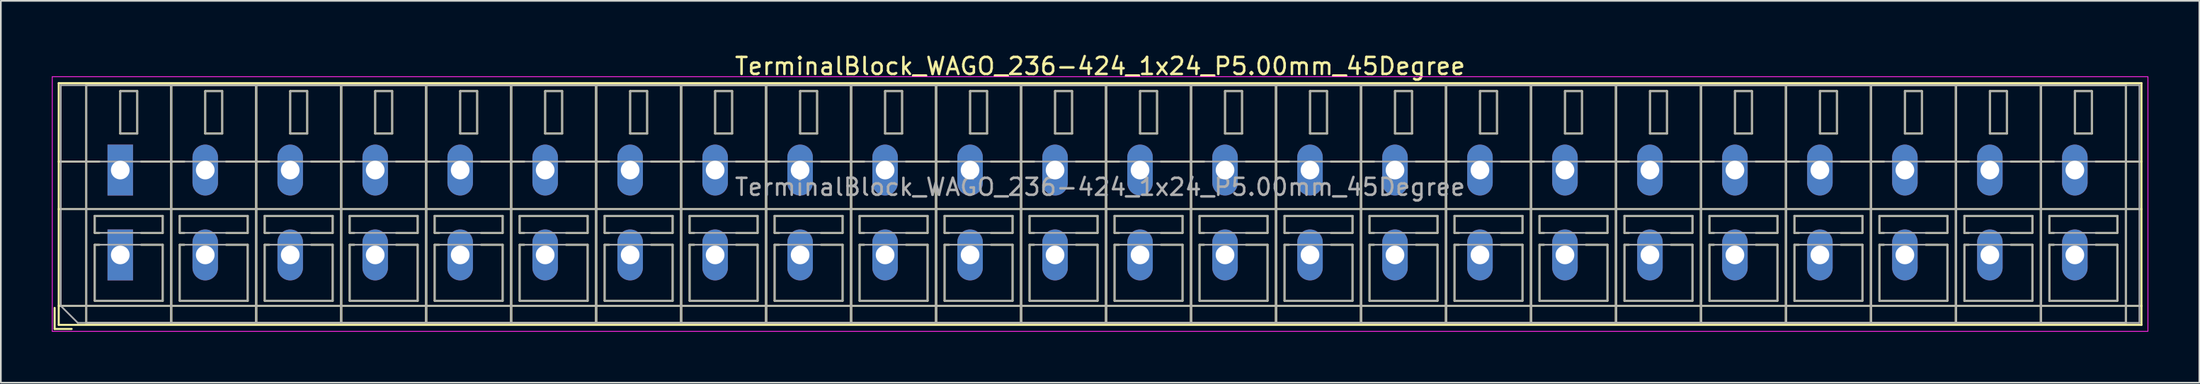
<source format=kicad_pcb>
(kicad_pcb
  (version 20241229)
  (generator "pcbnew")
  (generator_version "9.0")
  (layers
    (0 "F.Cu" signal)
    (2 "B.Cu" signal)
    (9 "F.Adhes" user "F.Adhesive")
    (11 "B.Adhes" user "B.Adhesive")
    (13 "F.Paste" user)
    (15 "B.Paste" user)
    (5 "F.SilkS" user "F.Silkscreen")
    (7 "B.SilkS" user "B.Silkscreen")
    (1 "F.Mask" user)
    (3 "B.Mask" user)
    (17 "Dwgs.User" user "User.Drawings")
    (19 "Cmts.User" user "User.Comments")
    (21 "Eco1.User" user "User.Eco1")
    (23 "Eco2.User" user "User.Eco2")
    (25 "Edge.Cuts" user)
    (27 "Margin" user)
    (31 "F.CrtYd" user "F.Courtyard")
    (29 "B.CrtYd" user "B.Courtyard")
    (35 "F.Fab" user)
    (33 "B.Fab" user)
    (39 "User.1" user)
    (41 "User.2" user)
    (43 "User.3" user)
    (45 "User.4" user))
  (footprint "TerminalBlock_WAGO_236-424_1x24_P5.00mm_45Degree"
    (layer "F.Cu")
    (at 4.025 6.968)
    (property "Reference" "TerminalBlock_WAGO_236-424_1x24_P5.00mm_45Degree" (at 57.65 -6.12 0) (layer "F.SilkS") (effects (font (size 1 1) (thickness 0.15))))
    (attr through_hole)
    (fp_line (start -3.86 8.12) (end -3.86 9.36) (stroke (width 0.12) (type solid)) (layer "F.SilkS"))
    (fp_line (start -3.86 9.36) (end -2.86 9.36) (stroke (width 0.12) (type solid)) (layer "F.SilkS"))
    (fp_line (start -3.62 -5.12) (end -3.62 9.12) (stroke (width 0.12) (type solid)) (layer "F.SilkS"))
    (fp_line (start -3.62 -5.12) (end 118.92 -5.12) (stroke (width 0.12) (type solid)) (layer "F.SilkS"))
    (fp_line (start -3.62 -0.5) (end -1.23 -0.5) (stroke (width 0.12) (type solid)) (layer "F.SilkS"))
    (fp_line (start -3.62 2.3) (end 118.92 2.3) (stroke (width 0.12) (type solid)) (layer "F.SilkS"))
    (fp_line (start -3.62 8) (end 118.92 8) (stroke (width 0.12) (type solid)) (layer "F.SilkS"))
    (fp_line (start -3.62 9.12) (end 118.92 9.12) (stroke (width 0.12) (type solid)) (layer "F.SilkS"))
    (fp_line (start -2 -5) (end -2 9) (stroke (width 0.12) (type solid)) (layer "F.SilkS"))
    (fp_line (start -2 -5) (end 3 -5) (stroke (width 0.12) (type solid)) (layer "F.SilkS"))
    (fp_line (start -2 9) (end 3 9) (stroke (width 0.12) (type solid)) (layer "F.SilkS"))
    (fp_line (start -1.5 2.7) (end -1.5 3.7) (stroke (width 0.12) (type solid)) (layer "F.SilkS"))
    (fp_line (start -1.5 2.7) (end 2.5 2.7) (stroke (width 0.12) (type solid)) (layer "F.SilkS"))
    (fp_line (start -1.5 3.7) (end -1.23 3.7) (stroke (width 0.12) (type solid)) (layer "F.SilkS"))
    (fp_line (start -1.5 4.4) (end -1.5 7.7) (stroke (width 0.12) (type solid)) (layer "F.SilkS"))
    (fp_line (start -1.5 4.4) (end -1.23 4.4) (stroke (width 0.12) (type solid)) (layer "F.SilkS"))
    (fp_line (start -1.5 7.7) (end 2.5 7.7) (stroke (width 0.12) (type solid)) (layer "F.SilkS"))
    (fp_line (start 0 -4.65) (end 0 -2.151) (stroke (width 0.12) (type solid)) (layer "F.SilkS"))
    (fp_line (start 0 -4.65) (end 1 -4.65) (stroke (width 0.12) (type solid)) (layer "F.SilkS"))
    (fp_line (start 0 -2.151) (end 1 -2.151) (stroke (width 0.12) (type solid)) (layer "F.SilkS"))
    (fp_line (start 1 -4.65) (end 1 -2.151) (stroke (width 0.12) (type solid)) (layer "F.SilkS"))
    (fp_line (start 1.23 -0.5) (end 3.77 -0.5) (stroke (width 0.12) (type solid)) (layer "F.SilkS"))
    (fp_line (start 1.23 3.7) (end 2.5 3.7) (stroke (width 0.12) (type solid)) (layer "F.SilkS"))
    (fp_line (start 1.23 4.4) (end 2.5 4.4) (stroke (width 0.12) (type solid)) (layer "F.SilkS"))
    (fp_line (start 2.5 2.7) (end 2.5 3.7) (stroke (width 0.12) (type solid)) (layer "F.SilkS"))
    (fp_line (start 2.5 4.4) (end 2.5 7.7) (stroke (width 0.12) (type solid)) (layer "F.SilkS"))
    (fp_line (start 3 -5) (end 3 9) (stroke (width 0.12) (type solid)) (layer "F.SilkS"))
    (fp_line (start 3 -5) (end 3 9) (stroke (width 0.12) (type solid)) (layer "F.SilkS"))
    (fp_line (start 3 -5) (end 8 -5) (stroke (width 0.12) (type solid)) (layer "F.SilkS"))
    (fp_line (start 3 9) (end 8 9) (stroke (width 0.12) (type solid)) (layer "F.SilkS"))
    (fp_line (start 3.5 2.7) (end 3.5 3.7) (stroke (width 0.12) (type solid)) (layer "F.SilkS"))
    (fp_line (start 3.5 2.7) (end 7.5 2.7) (stroke (width 0.12) (type solid)) (layer "F.SilkS"))
    (fp_line (start 3.5 3.7) (end 3.77 3.7) (stroke (width 0.12) (type solid)) (layer "F.SilkS"))
    (fp_line (start 3.5 4.4) (end 3.5 7.7) (stroke (width 0.12) (type solid)) (layer "F.SilkS"))
    (fp_line (start 3.5 4.4) (end 3.77 4.4) (stroke (width 0.12) (type solid)) (layer "F.SilkS"))
    (fp_line (start 3.5 7.7) (end 7.5 7.7) (stroke (width 0.12) (type solid)) (layer "F.SilkS"))
    (fp_line (start 5 -4.65) (end 5 -2.151) (stroke (width 0.12) (type solid)) (layer "F.SilkS"))
    (fp_line (start 5 -4.65) (end 6 -4.65) (stroke (width 0.12) (type solid)) (layer "F.SilkS"))
    (fp_line (start 5 -2.151) (end 6 -2.151) (stroke (width 0.12) (type solid)) (layer "F.SilkS"))
    (fp_line (start 6 -4.65) (end 6 -2.151) (stroke (width 0.12) (type solid)) (layer "F.SilkS"))
    (fp_line (start 6.23 -0.5) (end 8.77 -0.5) (stroke (width 0.12) (type solid)) (layer "F.SilkS"))
    (fp_line (start 6.23 3.7) (end 7.5 3.7) (stroke (width 0.12) (type solid)) (layer "F.SilkS"))
    (fp_line (start 6.23 4.4) (end 7.5 4.4) (stroke (width 0.12) (type solid)) (layer "F.SilkS"))
    (fp_line (start 7.5 2.7) (end 7.5 3.7) (stroke (width 0.12) (type solid)) (layer "F.SilkS"))
    (fp_line (start 7.5 4.4) (end 7.5 7.7) (stroke (width 0.12) (type solid)) (layer "F.SilkS"))
    (fp_line (start 8 -5) (end 8 9) (stroke (width 0.12) (type solid)) (layer "F.SilkS"))
    (fp_line (start 8 -5) (end 8 9) (stroke (width 0.12) (type solid)) (layer "F.SilkS"))
    (fp_line (start 8 -5) (end 13 -5) (stroke (width 0.12) (type solid)) (layer "F.SilkS"))
    (fp_line (start 8 9) (end 13 9) (stroke (width 0.12) (type solid)) (layer "F.SilkS"))
    (fp_line (start 8.5 2.7) (end 8.5 3.7) (stroke (width 0.12) (type solid)) (layer "F.SilkS"))
    (fp_line (start 8.5 2.7) (end 12.5 2.7) (stroke (width 0.12) (type solid)) (layer "F.SilkS"))
    (fp_line (start 8.5 3.7) (end 8.77 3.7) (stroke (width 0.12) (type solid)) (layer "F.SilkS"))
    (fp_line (start 8.5 4.4) (end 8.5 7.7) (stroke (width 0.12) (type solid)) (layer "F.SilkS"))
    (fp_line (start 8.5 4.4) (end 8.77 4.4) (stroke (width 0.12) (type solid)) (layer "F.SilkS"))
    (fp_line (start 8.5 7.7) (end 12.5 7.7) (stroke (width 0.12) (type solid)) (layer "F.SilkS"))
    (fp_line (start 10 -4.65) (end 10 -2.151) (stroke (width 0.12) (type solid)) (layer "F.SilkS"))
    (fp_line (start 10 -4.65) (end 11 -4.65) (stroke (width 0.12) (type solid)) (layer "F.SilkS"))
    (fp_line (start 10 -2.151) (end 11 -2.151) (stroke (width 0.12) (type solid)) (layer "F.SilkS"))
    (fp_line (start 11 -4.65) (end 11 -2.151) (stroke (width 0.12) (type solid)) (layer "F.SilkS"))
    (fp_line (start 11.23 -0.5) (end 13.77 -0.5) (stroke (width 0.12) (type solid)) (layer "F.SilkS"))
    (fp_line (start 11.23 3.7) (end 12.5 3.7) (stroke (width 0.12) (type solid)) (layer "F.SilkS"))
    (fp_line (start 11.23 4.4) (end 12.5 4.4) (stroke (width 0.12) (type solid)) (layer "F.SilkS"))
    (fp_line (start 12.5 2.7) (end 12.5 3.7) (stroke (width 0.12) (type solid)) (layer "F.SilkS"))
    (fp_line (start 12.5 4.4) (end 12.5 7.7) (stroke (width 0.12) (type solid)) (layer "F.SilkS"))
    (fp_line (start 13 -5) (end 13 9) (stroke (width 0.12) (type solid)) (layer "F.SilkS"))
    (fp_line (start 13 -5) (end 13 9) (stroke (width 0.12) (type solid)) (layer "F.SilkS"))
    (fp_line (start 13 -5) (end 18 -5) (stroke (width 0.12) (type solid)) (layer "F.SilkS"))
    (fp_line (start 13 9) (end 18 9) (stroke (width 0.12) (type solid)) (layer "F.SilkS"))
    (fp_line (start 13.5 2.7) (end 13.5 3.7) (stroke (width 0.12) (type solid)) (layer "F.SilkS"))
    (fp_line (start 13.5 2.7) (end 17.5 2.7) (stroke (width 0.12) (type solid)) (layer "F.SilkS"))
    (fp_line (start 13.5 3.7) (end 13.77 3.7) (stroke (width 0.12) (type solid)) (layer "F.SilkS"))
    (fp_line (start 13.5 4.4) (end 13.5 7.7) (stroke (width 0.12) (type solid)) (layer "F.SilkS"))
    (fp_line (start 13.5 4.4) (end 13.77 4.4) (stroke (width 0.12) (type solid)) (layer "F.SilkS"))
    (fp_line (start 13.5 7.7) (end 17.5 7.7) (stroke (width 0.12) (type solid)) (layer "F.SilkS"))
    (fp_line (start 15 -4.65) (end 15 -2.151) (stroke (width 0.12) (type solid)) (layer "F.SilkS"))
    (fp_line (start 15 -4.65) (end 16 -4.65) (stroke (width 0.12) (type solid)) (layer "F.SilkS"))
    (fp_line (start 15 -2.151) (end 16 -2.151) (stroke (width 0.12) (type solid)) (layer "F.SilkS"))
    (fp_line (start 16 -4.65) (end 16 -2.151) (stroke (width 0.12) (type solid)) (layer "F.SilkS"))
    (fp_line (start 16.23 -0.5) (end 18.77 -0.5) (stroke (width 0.12) (type solid)) (layer "F.SilkS"))
    (fp_line (start 16.23 3.7) (end 17.5 3.7) (stroke (width 0.12) (type solid)) (layer "F.SilkS"))
    (fp_line (start 16.23 4.4) (end 17.5 4.4) (stroke (width 0.12) (type solid)) (layer "F.SilkS"))
    (fp_line (start 17.5 2.7) (end 17.5 3.7) (stroke (width 0.12) (type solid)) (layer "F.SilkS"))
    (fp_line (start 17.5 4.4) (end 17.5 7.7) (stroke (width 0.12) (type solid)) (layer "F.SilkS"))
    (fp_line (start 18 -5) (end 18 9) (stroke (width 0.12) (type solid)) (layer "F.SilkS"))
    (fp_line (start 18 -5) (end 18 9) (stroke (width 0.12) (type solid)) (layer "F.SilkS"))
    (fp_line (start 18 -5) (end 23 -5) (stroke (width 0.12) (type solid)) (layer "F.SilkS"))
    (fp_line (start 18 9) (end 23 9) (stroke (width 0.12) (type solid)) (layer "F.SilkS"))
    (fp_line (start 18.5 2.7) (end 18.5 3.7) (stroke (width 0.12) (type solid)) (layer "F.SilkS"))
    (fp_line (start 18.5 2.7) (end 22.5 2.7) (stroke (width 0.12) (type solid)) (layer "F.SilkS"))
    (fp_line (start 18.5 3.7) (end 18.77 3.7) (stroke (width 0.12) (type solid)) (layer "F.SilkS"))
    (fp_line (start 18.5 4.4) (end 18.5 7.7) (stroke (width 0.12) (type solid)) (layer "F.SilkS"))
    (fp_line (start 18.5 4.4) (end 18.77 4.4) (stroke (width 0.12) (type solid)) (layer "F.SilkS"))
    (fp_line (start 18.5 7.7) (end 22.5 7.7) (stroke (width 0.12) (type solid)) (layer "F.SilkS"))
    (fp_line (start 20 -4.65) (end 20 -2.151) (stroke (width 0.12) (type solid)) (layer "F.SilkS"))
    (fp_line (start 20 -4.65) (end 21 -4.65) (stroke (width 0.12) (type solid)) (layer "F.SilkS"))
    (fp_line (start 20 -2.151) (end 21 -2.151) (stroke (width 0.12) (type solid)) (layer "F.SilkS"))
    (fp_line (start 21 -4.65) (end 21 -2.151) (stroke (width 0.12) (type solid)) (layer "F.SilkS"))
    (fp_line (start 21.23 -0.5) (end 23.77 -0.5) (stroke (width 0.12) (type solid)) (layer "F.SilkS"))
    (fp_line (start 21.23 3.7) (end 22.5 3.7) (stroke (width 0.12) (type solid)) (layer "F.SilkS"))
    (fp_line (start 21.23 4.4) (end 22.5 4.4) (stroke (width 0.12) (type solid)) (layer "F.SilkS"))
    (fp_line (start 22.5 2.7) (end 22.5 3.7) (stroke (width 0.12) (type solid)) (layer "F.SilkS"))
    (fp_line (start 22.5 4.4) (end 22.5 7.7) (stroke (width 0.12) (type solid)) (layer "F.SilkS"))
    (fp_line (start 23 -5) (end 23 9) (stroke (width 0.12) (type solid)) (layer "F.SilkS"))
    (fp_line (start 23 -5) (end 23 9) (stroke (width 0.12) (type solid)) (layer "F.SilkS"))
    (fp_line (start 23 -5) (end 28 -5) (stroke (width 0.12) (type solid)) (layer "F.SilkS"))
    (fp_line (start 23 9) (end 28 9) (stroke (width 0.12) (type solid)) (layer "F.SilkS"))
    (fp_line (start 23.5 2.7) (end 23.5 3.7) (stroke (width 0.12) (type solid)) (layer "F.SilkS"))
    (fp_line (start 23.5 2.7) (end 27.5 2.7) (stroke (width 0.12) (type solid)) (layer "F.SilkS"))
    (fp_line (start 23.5 3.7) (end 23.77 3.7) (stroke (width 0.12) (type solid)) (layer "F.SilkS"))
    (fp_line (start 23.5 4.4) (end 23.5 7.7) (stroke (width 0.12) (type solid)) (layer "F.SilkS"))
    (fp_line (start 23.5 4.4) (end 23.77 4.4) (stroke (width 0.12) (type solid)) (layer "F.SilkS"))
    (fp_line (start 23.5 7.7) (end 27.5 7.7) (stroke (width 0.12) (type solid)) (layer "F.SilkS"))
    (fp_line (start 25 -4.65) (end 25 -2.151) (stroke (width 0.12) (type solid)) (layer "F.SilkS"))
    (fp_line (start 25 -4.65) (end 26 -4.65) (stroke (width 0.12) (type solid)) (layer "F.SilkS"))
    (fp_line (start 25 -2.151) (end 26 -2.151) (stroke (width 0.12) (type solid)) (layer "F.SilkS"))
    (fp_line (start 26 -4.65) (end 26 -2.151) (stroke (width 0.12) (type solid)) (layer "F.SilkS"))
    (fp_line (start 26.23 -0.5) (end 28.77 -0.5) (stroke (width 0.12) (type solid)) (layer "F.SilkS"))
    (fp_line (start 26.23 3.7) (end 27.5 3.7) (stroke (width 0.12) (type solid)) (layer "F.SilkS"))
    (fp_line (start 26.23 4.4) (end 27.5 4.4) (stroke (width 0.12) (type solid)) (layer "F.SilkS"))
    (fp_line (start 27.5 2.7) (end 27.5 3.7) (stroke (width 0.12) (type solid)) (layer "F.SilkS"))
    (fp_line (start 27.5 4.4) (end 27.5 7.7) (stroke (width 0.12) (type solid)) (layer "F.SilkS"))
    (fp_line (start 28 -5) (end 28 9) (stroke (width 0.12) (type solid)) (layer "F.SilkS"))
    (fp_line (start 28 -5) (end 28 9) (stroke (width 0.12) (type solid)) (layer "F.SilkS"))
    (fp_line (start 28 -5) (end 33 -5) (stroke (width 0.12) (type solid)) (layer "F.SilkS"))
    (fp_line (start 28 9) (end 33 9) (stroke (width 0.12) (type solid)) (layer "F.SilkS"))
    (fp_line (start 28.5 2.7) (end 28.5 3.7) (stroke (width 0.12) (type solid)) (layer "F.SilkS"))
    (fp_line (start 28.5 2.7) (end 32.5 2.7) (stroke (width 0.12) (type solid)) (layer "F.SilkS"))
    (fp_line (start 28.5 3.7) (end 28.77 3.7) (stroke (width 0.12) (type solid)) (layer "F.SilkS"))
    (fp_line (start 28.5 4.4) (end 28.5 7.7) (stroke (width 0.12) (type solid)) (layer "F.SilkS"))
    (fp_line (start 28.5 4.4) (end 28.77 4.4) (stroke (width 0.12) (type solid)) (layer "F.SilkS"))
    (fp_line (start 28.5 7.7) (end 32.5 7.7) (stroke (width 0.12) (type solid)) (layer "F.SilkS"))
    (fp_line (start 30 -4.65) (end 30 -2.151) (stroke (width 0.12) (type solid)) (layer "F.SilkS"))
    (fp_line (start 30 -4.65) (end 31 -4.65) (stroke (width 0.12) (type solid)) (layer "F.SilkS"))
    (fp_line (start 30 -2.151) (end 31 -2.151) (stroke (width 0.12) (type solid)) (layer "F.SilkS"))
    (fp_line (start 31 -4.65) (end 31 -2.151) (stroke (width 0.12) (type solid)) (layer "F.SilkS"))
    (fp_line (start 31.23 -0.5) (end 33.77 -0.5) (stroke (width 0.12) (type solid)) (layer "F.SilkS"))
    (fp_line (start 31.23 3.7) (end 32.5 3.7) (stroke (width 0.12) (type solid)) (layer "F.SilkS"))
    (fp_line (start 31.23 4.4) (end 32.5 4.4) (stroke (width 0.12) (type solid)) (layer "F.SilkS"))
    (fp_line (start 32.5 2.7) (end 32.5 3.7) (stroke (width 0.12) (type solid)) (layer "F.SilkS"))
    (fp_line (start 32.5 4.4) (end 32.5 7.7) (stroke (width 0.12) (type solid)) (layer "F.SilkS"))
    (fp_line (start 33 -5) (end 33 9) (stroke (width 0.12) (type solid)) (layer "F.SilkS"))
    (fp_line (start 33 -5) (end 33 9) (stroke (width 0.12) (type solid)) (layer "F.SilkS"))
    (fp_line (start 33 -5) (end 38 -5) (stroke (width 0.12) (type solid)) (layer "F.SilkS"))
    (fp_line (start 33 9) (end 38 9) (stroke (width 0.12) (type solid)) (layer "F.SilkS"))
    (fp_line (start 33.5 2.7) (end 33.5 3.7) (stroke (width 0.12) (type solid)) (layer "F.SilkS"))
    (fp_line (start 33.5 2.7) (end 37.5 2.7) (stroke (width 0.12) (type solid)) (layer "F.SilkS"))
    (fp_line (start 33.5 3.7) (end 33.77 3.7) (stroke (width 0.12) (type solid)) (layer "F.SilkS"))
    (fp_line (start 33.5 4.4) (end 33.5 7.7) (stroke (width 0.12) (type solid)) (layer "F.SilkS"))
    (fp_line (start 33.5 4.4) (end 33.77 4.4) (stroke (width 0.12) (type solid)) (layer "F.SilkS"))
    (fp_line (start 33.5 7.7) (end 37.5 7.7) (stroke (width 0.12) (type solid)) (layer "F.SilkS"))
    (fp_line (start 35 -4.65) (end 35 -2.151) (stroke (width 0.12) (type solid)) (layer "F.SilkS"))
    (fp_line (start 35 -4.65) (end 36 -4.65) (stroke (width 0.12) (type solid)) (layer "F.SilkS"))
    (fp_line (start 35 -2.151) (end 36 -2.151) (stroke (width 0.12) (type solid)) (layer "F.SilkS"))
    (fp_line (start 36 -4.65) (end 36 -2.151) (stroke (width 0.12) (type solid)) (layer "F.SilkS"))
    (fp_line (start 36.23 -0.5) (end 38.77 -0.5) (stroke (width 0.12) (type solid)) (layer "F.SilkS"))
    (fp_line (start 36.23 3.7) (end 37.5 3.7) (stroke (width 0.12) (type solid)) (layer "F.SilkS"))
    (fp_line (start 36.23 4.4) (end 37.5 4.4) (stroke (width 0.12) (type solid)) (layer "F.SilkS"))
    (fp_line (start 37.5 2.7) (end 37.5 3.7) (stroke (width 0.12) (type solid)) (layer "F.SilkS"))
    (fp_line (start 37.5 4.4) (end 37.5 7.7) (stroke (width 0.12) (type solid)) (layer "F.SilkS"))
    (fp_line (start 38 -5) (end 38 9) (stroke (width 0.12) (type solid)) (layer "F.SilkS"))
    (fp_line (start 38 -5) (end 38 9) (stroke (width 0.12) (type solid)) (layer "F.SilkS"))
    (fp_line (start 38 -5) (end 43 -5) (stroke (width 0.12) (type solid)) (layer "F.SilkS"))
    (fp_line (start 38 9) (end 43 9) (stroke (width 0.12) (type solid)) (layer "F.SilkS"))
    (fp_line (start 38.5 2.7) (end 38.5 3.7) (stroke (width 0.12) (type solid)) (layer "F.SilkS"))
    (fp_line (start 38.5 2.7) (end 42.5 2.7) (stroke (width 0.12) (type solid)) (layer "F.SilkS"))
    (fp_line (start 38.5 3.7) (end 38.77 3.7) (stroke (width 0.12) (type solid)) (layer "F.SilkS"))
    (fp_line (start 38.5 4.4) (end 38.5 7.7) (stroke (width 0.12) (type solid)) (layer "F.SilkS"))
    (fp_line (start 38.5 4.4) (end 38.77 4.4) (stroke (width 0.12) (type solid)) (layer "F.SilkS"))
    (fp_line (start 38.5 7.7) (end 42.5 7.7) (stroke (width 0.12) (type solid)) (layer "F.SilkS"))
    (fp_line (start 40 -4.65) (end 40 -2.151) (stroke (width 0.12) (type solid)) (layer "F.SilkS"))
    (fp_line (start 40 -4.65) (end 41 -4.65) (stroke (width 0.12) (type solid)) (layer "F.SilkS"))
    (fp_line (start 40 -2.151) (end 41 -2.151) (stroke (width 0.12) (type solid)) (layer "F.SilkS"))
    (fp_line (start 41 -4.65) (end 41 -2.151) (stroke (width 0.12) (type solid)) (layer "F.SilkS"))
    (fp_line (start 41.23 -0.5) (end 43.77 -0.5) (stroke (width 0.12) (type solid)) (layer "F.SilkS"))
    (fp_line (start 41.23 3.7) (end 42.5 3.7) (stroke (width 0.12) (type solid)) (layer "F.SilkS"))
    (fp_line (start 41.23 4.4) (end 42.5 4.4) (stroke (width 0.12) (type solid)) (layer "F.SilkS"))
    (fp_line (start 42.5 2.7) (end 42.5 3.7) (stroke (width 0.12) (type solid)) (layer "F.SilkS"))
    (fp_line (start 42.5 4.4) (end 42.5 7.7) (stroke (width 0.12) (type solid)) (layer "F.SilkS"))
    (fp_line (start 43 -5) (end 43 9) (stroke (width 0.12) (type solid)) (layer "F.SilkS"))
    (fp_line (start 43 -5) (end 43 9) (stroke (width 0.12) (type solid)) (layer "F.SilkS"))
    (fp_line (start 43 -5) (end 48 -5) (stroke (width 0.12) (type solid)) (layer "F.SilkS"))
    (fp_line (start 43 9) (end 48 9) (stroke (width 0.12) (type solid)) (layer "F.SilkS"))
    (fp_line (start 43.5 2.7) (end 43.5 3.7) (stroke (width 0.12) (type solid)) (layer "F.SilkS"))
    (fp_line (start 43.5 2.7) (end 47.5 2.7) (stroke (width 0.12) (type solid)) (layer "F.SilkS"))
    (fp_line (start 43.5 3.7) (end 43.77 3.7) (stroke (width 0.12) (type solid)) (layer "F.SilkS"))
    (fp_line (start 43.5 4.4) (end 43.5 7.7) (stroke (width 0.12) (type solid)) (layer "F.SilkS"))
    (fp_line (start 43.5 4.4) (end 43.77 4.4) (stroke (width 0.12) (type solid)) (layer "F.SilkS"))
    (fp_line (start 43.5 7.7) (end 47.5 7.7) (stroke (width 0.12) (type solid)) (layer "F.SilkS"))
    (fp_line (start 45 -4.65) (end 45 -2.151) (stroke (width 0.12) (type solid)) (layer "F.SilkS"))
    (fp_line (start 45 -4.65) (end 46 -4.65) (stroke (width 0.12) (type solid)) (layer "F.SilkS"))
    (fp_line (start 45 -2.151) (end 46 -2.151) (stroke (width 0.12) (type solid)) (layer "F.SilkS"))
    (fp_line (start 46 -4.65) (end 46 -2.151) (stroke (width 0.12) (type solid)) (layer "F.SilkS"))
    (fp_line (start 46.23 -0.5) (end 48.77 -0.5) (stroke (width 0.12) (type solid)) (layer "F.SilkS"))
    (fp_line (start 46.23 3.7) (end 47.5 3.7) (stroke (width 0.12) (type solid)) (layer "F.SilkS"))
    (fp_line (start 46.23 4.4) (end 47.5 4.4) (stroke (width 0.12) (type solid)) (layer "F.SilkS"))
    (fp_line (start 47.5 2.7) (end 47.5 3.7) (stroke (width 0.12) (type solid)) (layer "F.SilkS"))
    (fp_line (start 47.5 4.4) (end 47.5 7.7) (stroke (width 0.12) (type solid)) (layer "F.SilkS"))
    (fp_line (start 48 -5) (end 48 9) (stroke (width 0.12) (type solid)) (layer "F.SilkS"))
    (fp_line (start 48 -5) (end 48 9) (stroke (width 0.12) (type solid)) (layer "F.SilkS"))
    (fp_line (start 48 -5) (end 53 -5) (stroke (width 0.12) (type solid)) (layer "F.SilkS"))
    (fp_line (start 48 9) (end 53 9) (stroke (width 0.12) (type solid)) (layer "F.SilkS"))
    (fp_line (start 48.5 2.7) (end 48.5 3.7) (stroke (width 0.12) (type solid)) (layer "F.SilkS"))
    (fp_line (start 48.5 2.7) (end 52.5 2.7) (stroke (width 0.12) (type solid)) (layer "F.SilkS"))
    (fp_line (start 48.5 3.7) (end 48.77 3.7) (stroke (width 0.12) (type solid)) (layer "F.SilkS"))
    (fp_line (start 48.5 4.4) (end 48.5 7.7) (stroke (width 0.12) (type solid)) (layer "F.SilkS"))
    (fp_line (start 48.5 4.4) (end 48.77 4.4) (stroke (width 0.12) (type solid)) (layer "F.SilkS"))
    (fp_line (start 48.5 7.7) (end 52.5 7.7) (stroke (width 0.12) (type solid)) (layer "F.SilkS"))
    (fp_line (start 50 -4.65) (end 50 -2.151) (stroke (width 0.12) (type solid)) (layer "F.SilkS"))
    (fp_line (start 50 -4.65) (end 51 -4.65) (stroke (width 0.12) (type solid)) (layer "F.SilkS"))
    (fp_line (start 50 -2.151) (end 51 -2.151) (stroke (width 0.12) (type solid)) (layer "F.SilkS"))
    (fp_line (start 51 -4.65) (end 51 -2.151) (stroke (width 0.12) (type solid)) (layer "F.SilkS"))
    (fp_line (start 51.23 -0.5) (end 53.77 -0.5) (stroke (width 0.12) (type solid)) (layer "F.SilkS"))
    (fp_line (start 51.23 3.7) (end 52.5 3.7) (stroke (width 0.12) (type solid)) (layer "F.SilkS"))
    (fp_line (start 51.23 4.4) (end 52.5 4.4) (stroke (width 0.12) (type solid)) (layer "F.SilkS"))
    (fp_line (start 52.5 2.7) (end 52.5 3.7) (stroke (width 0.12) (type solid)) (layer "F.SilkS"))
    (fp_line (start 52.5 4.4) (end 52.5 7.7) (stroke (width 0.12) (type solid)) (layer "F.SilkS"))
    (fp_line (start 53 -5) (end 53 9) (stroke (width 0.12) (type solid)) (layer "F.SilkS"))
    (fp_line (start 53 -5) (end 53 9) (stroke (width 0.12) (type solid)) (layer "F.SilkS"))
    (fp_line (start 53 -5) (end 58 -5) (stroke (width 0.12) (type solid)) (layer "F.SilkS"))
    (fp_line (start 53 9) (end 58 9) (stroke (width 0.12) (type solid)) (layer "F.SilkS"))
    (fp_line (start 53.5 2.7) (end 53.5 3.7) (stroke (width 0.12) (type solid)) (layer "F.SilkS"))
    (fp_line (start 53.5 2.7) (end 57.5 2.7) (stroke (width 0.12) (type solid)) (layer "F.SilkS"))
    (fp_line (start 53.5 3.7) (end 53.77 3.7) (stroke (width 0.12) (type solid)) (layer "F.SilkS"))
    (fp_line (start 53.5 4.4) (end 53.5 7.7) (stroke (width 0.12) (type solid)) (layer "F.SilkS"))
    (fp_line (start 53.5 4.4) (end 53.77 4.4) (stroke (width 0.12) (type solid)) (layer "F.SilkS"))
    (fp_line (start 53.5 7.7) (end 57.5 7.7) (stroke (width 0.12) (type solid)) (layer "F.SilkS"))
    (fp_line (start 55 -4.65) (end 55 -2.151) (stroke (width 0.12) (type solid)) (layer "F.SilkS"))
    (fp_line (start 55 -4.65) (end 56 -4.65) (stroke (width 0.12) (type solid)) (layer "F.SilkS"))
    (fp_line (start 55 -2.151) (end 56 -2.151) (stroke (width 0.12) (type solid)) (layer "F.SilkS"))
    (fp_line (start 56 -4.65) (end 56 -2.151) (stroke (width 0.12) (type solid)) (layer "F.SilkS"))
    (fp_line (start 56.23 -0.5) (end 58.77 -0.5) (stroke (width 0.12) (type solid)) (layer "F.SilkS"))
    (fp_line (start 56.23 3.7) (end 57.5 3.7) (stroke (width 0.12) (type solid)) (layer "F.SilkS"))
    (fp_line (start 56.23 4.4) (end 57.5 4.4) (stroke (width 0.12) (type solid)) (layer "F.SilkS"))
    (fp_line (start 57.5 2.7) (end 57.5 3.7) (stroke (width 0.12) (type solid)) (layer "F.SilkS"))
    (fp_line (start 57.5 4.4) (end 57.5 7.7) (stroke (width 0.12) (type solid)) (layer "F.SilkS"))
    (fp_line (start 58 -5) (end 58 9) (stroke (width 0.12) (type solid)) (layer "F.SilkS"))
    (fp_line (start 58 -5) (end 58 9) (stroke (width 0.12) (type solid)) (layer "F.SilkS"))
    (fp_line (start 58 -5) (end 63 -5) (stroke (width 0.12) (type solid)) (layer "F.SilkS"))
    (fp_line (start 58 9) (end 63 9) (stroke (width 0.12) (type solid)) (layer "F.SilkS"))
    (fp_line (start 58.5 2.7) (end 58.5 3.7) (stroke (width 0.12) (type solid)) (layer "F.SilkS"))
    (fp_line (start 58.5 2.7) (end 62.5 2.7) (stroke (width 0.12) (type solid)) (layer "F.SilkS"))
    (fp_line (start 58.5 3.7) (end 58.77 3.7) (stroke (width 0.12) (type solid)) (layer "F.SilkS"))
    (fp_line (start 58.5 4.4) (end 58.5 7.7) (stroke (width 0.12) (type solid)) (layer "F.SilkS"))
    (fp_line (start 58.5 4.4) (end 58.77 4.4) (stroke (width 0.12) (type solid)) (layer "F.SilkS"))
    (fp_line (start 58.5 7.7) (end 62.5 7.7) (stroke (width 0.12) (type solid)) (layer "F.SilkS"))
    (fp_line (start 60 -4.65) (end 60 -2.151) (stroke (width 0.12) (type solid)) (layer "F.SilkS"))
    (fp_line (start 60 -4.65) (end 61 -4.65) (stroke (width 0.12) (type solid)) (layer "F.SilkS"))
    (fp_line (start 60 -2.151) (end 61 -2.151) (stroke (width 0.12) (type solid)) (layer "F.SilkS"))
    (fp_line (start 61 -4.65) (end 61 -2.151) (stroke (width 0.12) (type solid)) (layer "F.SilkS"))
    (fp_line (start 61.23 -0.5) (end 63.77 -0.5) (stroke (width 0.12) (type solid)) (layer "F.SilkS"))
    (fp_line (start 61.23 3.7) (end 62.5 3.7) (stroke (width 0.12) (type solid)) (layer "F.SilkS"))
    (fp_line (start 61.23 4.4) (end 62.5 4.4) (stroke (width 0.12) (type solid)) (layer "F.SilkS"))
    (fp_line (start 62.5 2.7) (end 62.5 3.7) (stroke (width 0.12) (type solid)) (layer "F.SilkS"))
    (fp_line (start 62.5 4.4) (end 62.5 7.7) (stroke (width 0.12) (type solid)) (layer "F.SilkS"))
    (fp_line (start 63 -5) (end 63 9) (stroke (width 0.12) (type solid)) (layer "F.SilkS"))
    (fp_line (start 63 -5) (end 63 9) (stroke (width 0.12) (type solid)) (layer "F.SilkS"))
    (fp_line (start 63 -5) (end 68 -5) (stroke (width 0.12) (type solid)) (layer "F.SilkS"))
    (fp_line (start 63 9) (end 68 9) (stroke (width 0.12) (type solid)) (layer "F.SilkS"))
    (fp_line (start 63.5 2.7) (end 63.5 3.7) (stroke (width 0.12) (type solid)) (layer "F.SilkS"))
    (fp_line (start 63.5 2.7) (end 67.5 2.7) (stroke (width 0.12) (type solid)) (layer "F.SilkS"))
    (fp_line (start 63.5 3.7) (end 63.77 3.7) (stroke (width 0.12) (type solid)) (layer "F.SilkS"))
    (fp_line (start 63.5 4.4) (end 63.5 7.7) (stroke (width 0.12) (type solid)) (layer "F.SilkS"))
    (fp_line (start 63.5 4.4) (end 63.77 4.4) (stroke (width 0.12) (type solid)) (layer "F.SilkS"))
    (fp_line (start 63.5 7.7) (end 67.5 7.7) (stroke (width 0.12) (type solid)) (layer "F.SilkS"))
    (fp_line (start 65 -4.65) (end 65 -2.151) (stroke (width 0.12) (type solid)) (layer "F.SilkS"))
    (fp_line (start 65 -4.65) (end 66 -4.65) (stroke (width 0.12) (type solid)) (layer "F.SilkS"))
    (fp_line (start 65 -2.151) (end 66 -2.151) (stroke (width 0.12) (type solid)) (layer "F.SilkS"))
    (fp_line (start 66 -4.65) (end 66 -2.151) (stroke (width 0.12) (type solid)) (layer "F.SilkS"))
    (fp_line (start 66.23 -0.5) (end 68.77 -0.5) (stroke (width 0.12) (type solid)) (layer "F.SilkS"))
    (fp_line (start 66.23 3.7) (end 67.5 3.7) (stroke (width 0.12) (type solid)) (layer "F.SilkS"))
    (fp_line (start 66.23 4.4) (end 67.5 4.4) (stroke (width 0.12) (type solid)) (layer "F.SilkS"))
    (fp_line (start 67.5 2.7) (end 67.5 3.7) (stroke (width 0.12) (type solid)) (layer "F.SilkS"))
    (fp_line (start 67.5 4.4) (end 67.5 7.7) (stroke (width 0.12) (type solid)) (layer "F.SilkS"))
    (fp_line (start 68 -5) (end 68 9) (stroke (width 0.12) (type solid)) (layer "F.SilkS"))
    (fp_line (start 68 -5) (end 68 9) (stroke (width 0.12) (type solid)) (layer "F.SilkS"))
    (fp_line (start 68 -5) (end 73 -5) (stroke (width 0.12) (type solid)) (layer "F.SilkS"))
    (fp_line (start 68 9) (end 73 9) (stroke (width 0.12) (type solid)) (layer "F.SilkS"))
    (fp_line (start 68.5 2.7) (end 68.5 3.7) (stroke (width 0.12) (type solid)) (layer "F.SilkS"))
    (fp_line (start 68.5 2.7) (end 72.5 2.7) (stroke (width 0.12) (type solid)) (layer "F.SilkS"))
    (fp_line (start 68.5 3.7) (end 68.77 3.7) (stroke (width 0.12) (type solid)) (layer "F.SilkS"))
    (fp_line (start 68.5 4.4) (end 68.5 7.7) (stroke (width 0.12) (type solid)) (layer "F.SilkS"))
    (fp_line (start 68.5 4.4) (end 68.77 4.4) (stroke (width 0.12) (type solid)) (layer "F.SilkS"))
    (fp_line (start 68.5 7.7) (end 72.5 7.7) (stroke (width 0.12) (type solid)) (layer "F.SilkS"))
    (fp_line (start 70 -4.65) (end 70 -2.151) (stroke (width 0.12) (type solid)) (layer "F.SilkS"))
    (fp_line (start 70 -4.65) (end 71 -4.65) (stroke (width 0.12) (type solid)) (layer "F.SilkS"))
    (fp_line (start 70 -2.151) (end 71 -2.151) (stroke (width 0.12) (type solid)) (layer "F.SilkS"))
    (fp_line (start 71 -4.65) (end 71 -2.151) (stroke (width 0.12) (type solid)) (layer "F.SilkS"))
    (fp_line (start 71.23 -0.5) (end 73.77 -0.5) (stroke (width 0.12) (type solid)) (layer "F.SilkS"))
    (fp_line (start 71.23 3.7) (end 72.5 3.7) (stroke (width 0.12) (type solid)) (layer "F.SilkS"))
    (fp_line (start 71.23 4.4) (end 72.5 4.4) (stroke (width 0.12) (type solid)) (layer "F.SilkS"))
    (fp_line (start 72.5 2.7) (end 72.5 3.7) (stroke (width 0.12) (type solid)) (layer "F.SilkS"))
    (fp_line (start 72.5 4.4) (end 72.5 7.7) (stroke (width 0.12) (type solid)) (layer "F.SilkS"))
    (fp_line (start 73 -5) (end 73 9) (stroke (width 0.12) (type solid)) (layer "F.SilkS"))
    (fp_line (start 73 -5) (end 73 9) (stroke (width 0.12) (type solid)) (layer "F.SilkS"))
    (fp_line (start 73 -5) (end 78 -5) (stroke (width 0.12) (type solid)) (layer "F.SilkS"))
    (fp_line (start 73 9) (end 78 9) (stroke (width 0.12) (type solid)) (layer "F.SilkS"))
    (fp_line (start 73.5 2.7) (end 73.5 3.7) (stroke (width 0.12) (type solid)) (layer "F.SilkS"))
    (fp_line (start 73.5 2.7) (end 77.5 2.7) (stroke (width 0.12) (type solid)) (layer "F.SilkS"))
    (fp_line (start 73.5 3.7) (end 73.77 3.7) (stroke (width 0.12) (type solid)) (layer "F.SilkS"))
    (fp_line (start 73.5 4.4) (end 73.5 7.7) (stroke (width 0.12) (type solid)) (layer "F.SilkS"))
    (fp_line (start 73.5 4.4) (end 73.77 4.4) (stroke (width 0.12) (type solid)) (layer "F.SilkS"))
    (fp_line (start 73.5 7.7) (end 77.5 7.7) (stroke (width 0.12) (type solid)) (layer "F.SilkS"))
    (fp_line (start 75 -4.65) (end 75 -2.151) (stroke (width 0.12) (type solid)) (layer "F.SilkS"))
    (fp_line (start 75 -4.65) (end 76 -4.65) (stroke (width 0.12) (type solid)) (layer "F.SilkS"))
    (fp_line (start 75 -2.151) (end 76 -2.151) (stroke (width 0.12) (type solid)) (layer "F.SilkS"))
    (fp_line (start 76 -4.65) (end 76 -2.151) (stroke (width 0.12) (type solid)) (layer "F.SilkS"))
    (fp_line (start 76.23 -0.5) (end 78.77 -0.5) (stroke (width 0.12) (type solid)) (layer "F.SilkS"))
    (fp_line (start 76.23 3.7) (end 77.5 3.7) (stroke (width 0.12) (type solid)) (layer "F.SilkS"))
    (fp_line (start 76.23 4.4) (end 77.5 4.4) (stroke (width 0.12) (type solid)) (layer "F.SilkS"))
    (fp_line (start 77.5 2.7) (end 77.5 3.7) (stroke (width 0.12) (type solid)) (layer "F.SilkS"))
    (fp_line (start 77.5 4.4) (end 77.5 7.7) (stroke (width 0.12) (type solid)) (layer "F.SilkS"))
    (fp_line (start 78 -5) (end 78 9) (stroke (width 0.12) (type solid)) (layer "F.SilkS"))
    (fp_line (start 78 -5) (end 78 9) (stroke (width 0.12) (type solid)) (layer "F.SilkS"))
    (fp_line (start 78 -5) (end 83 -5) (stroke (width 0.12) (type solid)) (layer "F.SilkS"))
    (fp_line (start 78 9) (end 83 9) (stroke (width 0.12) (type solid)) (layer "F.SilkS"))
    (fp_line (start 78.5 2.7) (end 78.5 3.7) (stroke (width 0.12) (type solid)) (layer "F.SilkS"))
    (fp_line (start 78.5 2.7) (end 82.5 2.7) (stroke (width 0.12) (type solid)) (layer "F.SilkS"))
    (fp_line (start 78.5 3.7) (end 78.77 3.7) (stroke (width 0.12) (type solid)) (layer "F.SilkS"))
    (fp_line (start 78.5 4.4) (end 78.5 7.7) (stroke (width 0.12) (type solid)) (layer "F.SilkS"))
    (fp_line (start 78.5 4.4) (end 78.77 4.4) (stroke (width 0.12) (type solid)) (layer "F.SilkS"))
    (fp_line (start 78.5 7.7) (end 82.5 7.7) (stroke (width 0.12) (type solid)) (layer "F.SilkS"))
    (fp_line (start 80 -4.65) (end 80 -2.151) (stroke (width 0.12) (type solid)) (layer "F.SilkS"))
    (fp_line (start 80 -4.65) (end 81 -4.65) (stroke (width 0.12) (type solid)) (layer "F.SilkS"))
    (fp_line (start 80 -2.151) (end 81 -2.151) (stroke (width 0.12) (type solid)) (layer "F.SilkS"))
    (fp_line (start 81 -4.65) (end 81 -2.151) (stroke (width 0.12) (type solid)) (layer "F.SilkS"))
    (fp_line (start 81.23 -0.5) (end 83.77 -0.5) (stroke (width 0.12) (type solid)) (layer "F.SilkS"))
    (fp_line (start 81.23 3.7) (end 82.5 3.7) (stroke (width 0.12) (type solid)) (layer "F.SilkS"))
    (fp_line (start 81.23 4.4) (end 82.5 4.4) (stroke (width 0.12) (type solid)) (layer "F.SilkS"))
    (fp_line (start 82.5 2.7) (end 82.5 3.7) (stroke (width 0.12) (type solid)) (layer "F.SilkS"))
    (fp_line (start 82.5 4.4) (end 82.5 7.7) (stroke (width 0.12) (type solid)) (layer "F.SilkS"))
    (fp_line (start 83 -5) (end 83 9) (stroke (width 0.12) (type solid)) (layer "F.SilkS"))
    (fp_line (start 83 -5) (end 83 9) (stroke (width 0.12) (type solid)) (layer "F.SilkS"))
    (fp_line (start 83 -5) (end 88 -5) (stroke (width 0.12) (type solid)) (layer "F.SilkS"))
    (fp_line (start 83 9) (end 88 9) (stroke (width 0.12) (type solid)) (layer "F.SilkS"))
    (fp_line (start 83.5 2.7) (end 83.5 3.7) (stroke (width 0.12) (type solid)) (layer "F.SilkS"))
    (fp_line (start 83.5 2.7) (end 87.5 2.7) (stroke (width 0.12) (type solid)) (layer "F.SilkS"))
    (fp_line (start 83.5 3.7) (end 83.77 3.7) (stroke (width 0.12) (type solid)) (layer "F.SilkS"))
    (fp_line (start 83.5 4.4) (end 83.5 7.7) (stroke (width 0.12) (type solid)) (layer "F.SilkS"))
    (fp_line (start 83.5 4.4) (end 83.77 4.4) (stroke (width 0.12) (type solid)) (layer "F.SilkS"))
    (fp_line (start 83.5 7.7) (end 87.5 7.7) (stroke (width 0.12) (type solid)) (layer "F.SilkS"))
    (fp_line (start 85 -4.65) (end 85 -2.151) (stroke (width 0.12) (type solid)) (layer "F.SilkS"))
    (fp_line (start 85 -4.65) (end 86 -4.65) (stroke (width 0.12) (type solid)) (layer "F.SilkS"))
    (fp_line (start 85 -2.151) (end 86 -2.151) (stroke (width 0.12) (type solid)) (layer "F.SilkS"))
    (fp_line (start 86 -4.65) (end 86 -2.151) (stroke (width 0.12) (type solid)) (layer "F.SilkS"))
    (fp_line (start 86.23 -0.5) (end 88.77 -0.5) (stroke (width 0.12) (type solid)) (layer "F.SilkS"))
    (fp_line (start 86.23 3.7) (end 87.5 3.7) (stroke (width 0.12) (type solid)) (layer "F.SilkS"))
    (fp_line (start 86.23 4.4) (end 87.5 4.4) (stroke (width 0.12) (type solid)) (layer "F.SilkS"))
    (fp_line (start 87.5 2.7) (end 87.5 3.7) (stroke (width 0.12) (type solid)) (layer "F.SilkS"))
    (fp_line (start 87.5 4.4) (end 87.5 7.7) (stroke (width 0.12) (type solid)) (layer "F.SilkS"))
    (fp_line (start 88 -5) (end 88 9) (stroke (width 0.12) (type solid)) (layer "F.SilkS"))
    (fp_line (start 88 -5) (end 88 9) (stroke (width 0.12) (type solid)) (layer "F.SilkS"))
    (fp_line (start 88 -5) (end 93 -5) (stroke (width 0.12) (type solid)) (layer "F.SilkS"))
    (fp_line (start 88 9) (end 93 9) (stroke (width 0.12) (type solid)) (layer "F.SilkS"))
    (fp_line (start 88.5 2.7) (end 88.5 3.7) (stroke (width 0.12) (type solid)) (layer "F.SilkS"))
    (fp_line (start 88.5 2.7) (end 92.5 2.7) (stroke (width 0.12) (type solid)) (layer "F.SilkS"))
    (fp_line (start 88.5 3.7) (end 88.77 3.7) (stroke (width 0.12) (type solid)) (layer "F.SilkS"))
    (fp_line (start 88.5 4.4) (end 88.5 7.7) (stroke (width 0.12) (type solid)) (layer "F.SilkS"))
    (fp_line (start 88.5 4.4) (end 88.77 4.4) (stroke (width 0.12) (type solid)) (layer "F.SilkS"))
    (fp_line (start 88.5 7.7) (end 92.5 7.7) (stroke (width 0.12) (type solid)) (layer "F.SilkS"))
    (fp_line (start 90 -4.65) (end 90 -2.151) (stroke (width 0.12) (type solid)) (layer "F.SilkS"))
    (fp_line (start 90 -4.65) (end 91 -4.65) (stroke (width 0.12) (type solid)) (layer "F.SilkS"))
    (fp_line (start 90 -2.151) (end 91 -2.151) (stroke (width 0.12) (type solid)) (layer "F.SilkS"))
    (fp_line (start 91 -4.65) (end 91 -2.151) (stroke (width 0.12) (type solid)) (layer "F.SilkS"))
    (fp_line (start 91.23 -0.5) (end 93.77 -0.5) (stroke (width 0.12) (type solid)) (layer "F.SilkS"))
    (fp_line (start 91.23 3.7) (end 92.5 3.7) (stroke (width 0.12) (type solid)) (layer "F.SilkS"))
    (fp_line (start 91.23 4.4) (end 92.5 4.4) (stroke (width 0.12) (type solid)) (layer "F.SilkS"))
    (fp_line (start 92.5 2.7) (end 92.5 3.7) (stroke (width 0.12) (type solid)) (layer "F.SilkS"))
    (fp_line (start 92.5 4.4) (end 92.5 7.7) (stroke (width 0.12) (type solid)) (layer "F.SilkS"))
    (fp_line (start 93 -5) (end 93 9) (stroke (width 0.12) (type solid)) (layer "F.SilkS"))
    (fp_line (start 93 -5) (end 93 9) (stroke (width 0.12) (type solid)) (layer "F.SilkS"))
    (fp_line (start 93 -5) (end 98 -5) (stroke (width 0.12) (type solid)) (layer "F.SilkS"))
    (fp_line (start 93 9) (end 98 9) (stroke (width 0.12) (type solid)) (layer "F.SilkS"))
    (fp_line (start 93.5 2.7) (end 93.5 3.7) (stroke (width 0.12) (type solid)) (layer "F.SilkS"))
    (fp_line (start 93.5 2.7) (end 97.5 2.7) (stroke (width 0.12) (type solid)) (layer "F.SilkS"))
    (fp_line (start 93.5 3.7) (end 93.77 3.7) (stroke (width 0.12) (type solid)) (layer "F.SilkS"))
    (fp_line (start 93.5 4.4) (end 93.5 7.7) (stroke (width 0.12) (type solid)) (layer "F.SilkS"))
    (fp_line (start 93.5 4.4) (end 93.77 4.4) (stroke (width 0.12) (type solid)) (layer "F.SilkS"))
    (fp_line (start 93.5 7.7) (end 97.5 7.7) (stroke (width 0.12) (type solid)) (layer "F.SilkS"))
    (fp_line (start 95 -4.65) (end 95 -2.151) (stroke (width 0.12) (type solid)) (layer "F.SilkS"))
    (fp_line (start 95 -4.65) (end 96 -4.65) (stroke (width 0.12) (type solid)) (layer "F.SilkS"))
    (fp_line (start 95 -2.151) (end 96 -2.151) (stroke (width 0.12) (type solid)) (layer "F.SilkS"))
    (fp_line (start 96 -4.65) (end 96 -2.151) (stroke (width 0.12) (type solid)) (layer "F.SilkS"))
    (fp_line (start 96.23 -0.5) (end 98.77 -0.5) (stroke (width 0.12) (type solid)) (layer "F.SilkS"))
    (fp_line (start 96.23 3.7) (end 97.5 3.7) (stroke (width 0.12) (type solid)) (layer "F.SilkS"))
    (fp_line (start 96.23 4.4) (end 97.5 4.4) (stroke (width 0.12) (type solid)) (layer "F.SilkS"))
    (fp_line (start 97.5 2.7) (end 97.5 3.7) (stroke (width 0.12) (type solid)) (layer "F.SilkS"))
    (fp_line (start 97.5 4.4) (end 97.5 7.7) (stroke (width 0.12) (type solid)) (layer "F.SilkS"))
    (fp_line (start 98 -5) (end 98 9) (stroke (width 0.12) (type solid)) (layer "F.SilkS"))
    (fp_line (start 98 -5) (end 98 9) (stroke (width 0.12) (type solid)) (layer "F.SilkS"))
    (fp_line (start 98 -5) (end 103 -5) (stroke (width 0.12) (type solid)) (layer "F.SilkS"))
    (fp_line (start 98 9) (end 103 9) (stroke (width 0.12) (type solid)) (layer "F.SilkS"))
    (fp_line (start 98.5 2.7) (end 98.5 3.7) (stroke (width 0.12) (type solid)) (layer "F.SilkS"))
    (fp_line (start 98.5 2.7) (end 102.5 2.7) (stroke (width 0.12) (type solid)) (layer "F.SilkS"))
    (fp_line (start 98.5 3.7) (end 98.77 3.7) (stroke (width 0.12) (type solid)) (layer "F.SilkS"))
    (fp_line (start 98.5 4.4) (end 98.5 7.7) (stroke (width 0.12) (type solid)) (layer "F.SilkS"))
    (fp_line (start 98.5 4.4) (end 98.77 4.4) (stroke (width 0.12) (type solid)) (layer "F.SilkS"))
    (fp_line (start 98.5 7.7) (end 102.5 7.7) (stroke (width 0.12) (type solid)) (layer "F.SilkS"))
    (fp_line (start 100 -4.65) (end 100 -2.151) (stroke (width 0.12) (type solid)) (layer "F.SilkS"))
    (fp_line (start 100 -4.65) (end 101 -4.65) (stroke (width 0.12) (type solid)) (layer "F.SilkS"))
    (fp_line (start 100 -2.151) (end 101 -2.151) (stroke (width 0.12) (type solid)) (layer "F.SilkS"))
    (fp_line (start 101 -4.65) (end 101 -2.151) (stroke (width 0.12) (type solid)) (layer "F.SilkS"))
    (fp_line (start 101.23 -0.5) (end 103.77 -0.5) (stroke (width 0.12) (type solid)) (layer "F.SilkS"))
    (fp_line (start 101.23 3.7) (end 102.5 3.7) (stroke (width 0.12) (type solid)) (layer "F.SilkS"))
    (fp_line (start 101.23 4.4) (end 102.5 4.4) (stroke (width 0.12) (type solid)) (layer "F.SilkS"))
    (fp_line (start 102.5 2.7) (end 102.5 3.7) (stroke (width 0.12) (type solid)) (layer "F.SilkS"))
    (fp_line (start 102.5 4.4) (end 102.5 7.7) (stroke (width 0.12) (type solid)) (layer "F.SilkS"))
    (fp_line (start 103 -5) (end 103 9) (stroke (width 0.12) (type solid)) (layer "F.SilkS"))
    (fp_line (start 103 -5) (end 103 9) (stroke (width 0.12) (type solid)) (layer "F.SilkS"))
    (fp_line (start 103 -5) (end 108 -5) (stroke (width 0.12) (type solid)) (layer "F.SilkS"))
    (fp_line (start 103 9) (end 108 9) (stroke (width 0.12) (type solid)) (layer "F.SilkS"))
    (fp_line (start 103.5 2.7) (end 103.5 3.7) (stroke (width 0.12) (type solid)) (layer "F.SilkS"))
    (fp_line (start 103.5 2.7) (end 107.5 2.7) (stroke (width 0.12) (type solid)) (layer "F.SilkS"))
    (fp_line (start 103.5 3.7) (end 103.77 3.7) (stroke (width 0.12) (type solid)) (layer "F.SilkS"))
    (fp_line (start 103.5 4.4) (end 103.5 7.7) (stroke (width 0.12) (type solid)) (layer "F.SilkS"))
    (fp_line (start 103.5 4.4) (end 103.77 4.4) (stroke (width 0.12) (type solid)) (layer "F.SilkS"))
    (fp_line (start 103.5 7.7) (end 107.5 7.7) (stroke (width 0.12) (type solid)) (layer "F.SilkS"))
    (fp_line (start 105 -4.65) (end 105 -2.151) (stroke (width 0.12) (type solid)) (layer "F.SilkS"))
    (fp_line (start 105 -4.65) (end 106 -4.65) (stroke (width 0.12) (type solid)) (layer "F.SilkS"))
    (fp_line (start 105 -2.151) (end 106 -2.151) (stroke (width 0.12) (type solid)) (layer "F.SilkS"))
    (fp_line (start 106 -4.65) (end 106 -2.151) (stroke (width 0.12) (type solid)) (layer "F.SilkS"))
    (fp_line (start 106.23 -0.5) (end 108.77 -0.5) (stroke (width 0.12) (type solid)) (layer "F.SilkS"))
    (fp_line (start 106.23 3.7) (end 107.5 3.7) (stroke (width 0.12) (type solid)) (layer "F.SilkS"))
    (fp_line (start 106.23 4.4) (end 107.5 4.4) (stroke (width 0.12) (type solid)) (layer "F.SilkS"))
    (fp_line (start 107.5 2.7) (end 107.5 3.7) (stroke (width 0.12) (type solid)) (layer "F.SilkS"))
    (fp_line (start 107.5 4.4) (end 107.5 7.7) (stroke (width 0.12) (type solid)) (layer "F.SilkS"))
    (fp_line (start 108 -5) (end 108 9) (stroke (width 0.12) (type solid)) (layer "F.SilkS"))
    (fp_line (start 108 -5) (end 108 9) (stroke (width 0.12) (type solid)) (layer "F.SilkS"))
    (fp_line (start 108 -5) (end 113 -5) (stroke (width 0.12) (type solid)) (layer "F.SilkS"))
    (fp_line (start 108 9) (end 113 9) (stroke (width 0.12) (type solid)) (layer "F.SilkS"))
    (fp_line (start 108.5 2.7) (end 108.5 3.7) (stroke (width 0.12) (type solid)) (layer "F.SilkS"))
    (fp_line (start 108.5 2.7) (end 112.5 2.7) (stroke (width 0.12) (type solid)) (layer "F.SilkS"))
    (fp_line (start 108.5 3.7) (end 108.77 3.7) (stroke (width 0.12) (type solid)) (layer "F.SilkS"))
    (fp_line (start 108.5 4.4) (end 108.5 7.7) (stroke (width 0.12) (type solid)) (layer "F.SilkS"))
    (fp_line (start 108.5 4.4) (end 108.77 4.4) (stroke (width 0.12) (type solid)) (layer "F.SilkS"))
    (fp_line (start 108.5 7.7) (end 112.5 7.7) (stroke (width 0.12) (type solid)) (layer "F.SilkS"))
    (fp_line (start 110 -4.65) (end 110 -2.151) (stroke (width 0.12) (type solid)) (layer "F.SilkS"))
    (fp_line (start 110 -4.65) (end 111 -4.65) (stroke (width 0.12) (type solid)) (layer "F.SilkS"))
    (fp_line (start 110 -2.151) (end 111 -2.151) (stroke (width 0.12) (type solid)) (layer "F.SilkS"))
    (fp_line (start 111 -4.65) (end 111 -2.151) (stroke (width 0.12) (type solid)) (layer "F.SilkS"))
    (fp_line (start 111.23 -0.5) (end 113.77 -0.5) (stroke (width 0.12) (type solid)) (layer "F.SilkS"))
    (fp_line (start 111.23 3.7) (end 112.5 3.7) (stroke (width 0.12) (type solid)) (layer "F.SilkS"))
    (fp_line (start 111.23 4.4) (end 112.5 4.4) (stroke (width 0.12) (type solid)) (layer "F.SilkS"))
    (fp_line (start 112.5 2.7) (end 112.5 3.7) (stroke (width 0.12) (type solid)) (layer "F.SilkS"))
    (fp_line (start 112.5 4.4) (end 112.5 7.7) (stroke (width 0.12) (type solid)) (layer "F.SilkS"))
    (fp_line (start 113 -5) (end 113 9) (stroke (width 0.12) (type solid)) (layer "F.SilkS"))
    (fp_line (start 113 -5) (end 113 9) (stroke (width 0.12) (type solid)) (layer "F.SilkS"))
    (fp_line (start 113 -5) (end 118 -5) (stroke (width 0.12) (type solid)) (layer "F.SilkS"))
    (fp_line (start 113 9) (end 118 9) (stroke (width 0.12) (type solid)) (layer "F.SilkS"))
    (fp_line (start 113.5 2.7) (end 113.5 3.7) (stroke (width 0.12) (type solid)) (layer "F.SilkS"))
    (fp_line (start 113.5 2.7) (end 117.5 2.7) (stroke (width 0.12) (type solid)) (layer "F.SilkS"))
    (fp_line (start 113.5 3.7) (end 113.77 3.7) (stroke (width 0.12) (type solid)) (layer "F.SilkS"))
    (fp_line (start 113.5 4.4) (end 113.5 7.7) (stroke (width 0.12) (type solid)) (layer "F.SilkS"))
    (fp_line (start 113.5 4.4) (end 113.77 4.4) (stroke (width 0.12) (type solid)) (layer "F.SilkS"))
    (fp_line (start 113.5 7.7) (end 117.5 7.7) (stroke (width 0.12) (type solid)) (layer "F.SilkS"))
    (fp_line (start 115 -4.65) (end 115 -2.151) (stroke (width 0.12) (type solid)) (layer "F.SilkS"))
    (fp_line (start 115 -4.65) (end 116 -4.65) (stroke (width 0.12) (type solid)) (layer "F.SilkS"))
    (fp_line (start 115 -2.151) (end 116 -2.151) (stroke (width 0.12) (type solid)) (layer "F.SilkS"))
    (fp_line (start 116 -4.65) (end 116 -2.151) (stroke (width 0.12) (type solid)) (layer "F.SilkS"))
    (fp_line (start 116.23 -0.5) (end 118.92 -0.5) (stroke (width 0.12) (type solid)) (layer "F.SilkS"))
    (fp_line (start 116.23 3.7) (end 117.5 3.7) (stroke (width 0.12) (type solid)) (layer "F.SilkS"))
    (fp_line (start 116.23 4.4) (end 117.5 4.4) (stroke (width 0.12) (type solid)) (layer "F.SilkS"))
    (fp_line (start 117.5 2.7) (end 117.5 3.7) (stroke (width 0.12) (type solid)) (layer "F.SilkS"))
    (fp_line (start 117.5 4.4) (end 117.5 7.7) (stroke (width 0.12) (type solid)) (layer "F.SilkS"))
    (fp_line (start 118 -5) (end 118 9) (stroke (width 0.12) (type solid)) (layer "F.SilkS"))
    (fp_line (start 118.92 -5.12) (end 118.92 9.12) (stroke (width 0.12) (type solid)) (layer "F.SilkS"))
    (fp_line (start -4 -5.5) (end -4 9.5) (stroke (width 0.05) (type solid)) (layer "F.CrtYd"))
    (fp_line (start -4 9.5) (end 119.3 9.5) (stroke (width 0.05) (type solid)) (layer "F.CrtYd"))
    (fp_line (start 119.3 -5.5) (end -4 -5.5) (stroke (width 0.05) (type solid)) (layer "F.CrtYd"))
    (fp_line (start 119.3 9.5) (end 119.3 -5.5) (stroke (width 0.05) (type solid)) (layer "F.CrtYd"))
    (fp_line (start -3.5 -5) (end 118.8 -5) (stroke (width 0.1) (type solid)) (layer "F.Fab"))
    (fp_line (start -3.5 -0.5) (end 118.8 -0.5) (stroke (width 0.1) (type solid)) (layer "F.Fab"))
    (fp_line (start -3.5 2.3) (end 118.8 2.3) (stroke (width 0.1) (type solid)) (layer "F.Fab"))
    (fp_line (start -3.5 8) (end -3.5 -5) (stroke (width 0.1) (type solid)) (layer "F.Fab"))
    (fp_line (start -3.5 8) (end 118.8 8) (stroke (width 0.1) (type solid)) (layer "F.Fab"))
    (fp_line (start -2.5 9) (end -3.5 8) (stroke (width 0.1) (type solid)) (layer "F.Fab"))
    (fp_line (start -2 -5) (end -2 9) (stroke (width 0.1) (type solid)) (layer "F.Fab"))
    (fp_line (start -2 9) (end 3 9) (stroke (width 0.1) (type solid)) (layer "F.Fab"))
    (fp_line (start -1.5 2.7) (end -1.5 3.7) (stroke (width 0.1) (type solid)) (layer "F.Fab"))
    (fp_line (start -1.5 3.7) (end 2.5 3.7) (stroke (width 0.1) (type solid)) (layer "F.Fab"))
    (fp_line (start -1.5 4.4) (end -1.5 7.7) (stroke (width 0.1) (type solid)) (layer "F.Fab"))
    (fp_line (start -1.5 7.7) (end 2.5 7.7) (stroke (width 0.1) (type solid)) (layer "F.Fab"))
    (fp_line (start 0 -4.65) (end 0 -2.15) (stroke (width 0.1) (type solid)) (layer "F.Fab"))
    (fp_line (start 0 -2.15) (end 1 -2.15) (stroke (width 0.1) (type solid)) (layer "F.Fab"))
    (fp_line (start 1 -4.65) (end 0 -4.65) (stroke (width 0.1) (type solid)) (layer "F.Fab"))
    (fp_line (start 1 -2.15) (end 1 -4.65) (stroke (width 0.1) (type solid)) (layer "F.Fab"))
    (fp_line (start 2.5 2.7) (end -1.5 2.7) (stroke (width 0.1) (type solid)) (layer "F.Fab"))
    (fp_line (start 2.5 3.7) (end 2.5 2.7) (stroke (width 0.1) (type solid)) (layer "F.Fab"))
    (fp_line (start 2.5 4.4) (end -1.5 4.4) (stroke (width 0.1) (type solid)) (layer "F.Fab"))
    (fp_line (start 2.5 7.7) (end 2.5 4.4) (stroke (width 0.1) (type solid)) (layer "F.Fab"))
    (fp_line (start 3 -5) (end -2 -5) (stroke (width 0.1) (type solid)) (layer "F.Fab"))
    (fp_line (start 3 -5) (end 3 9) (stroke (width 0.1) (type solid)) (layer "F.Fab"))
    (fp_line (start 3 9) (end 3 -5) (stroke (width 0.1) (type solid)) (layer "F.Fab"))
    (fp_line (start 3 9) (end 8 9) (stroke (width 0.1) (type solid)) (layer "F.Fab"))
    (fp_line (start 3.5 2.7) (end 3.5 3.7) (stroke (width 0.1) (type solid)) (layer "F.Fab"))
    (fp_line (start 3.5 3.7) (end 7.5 3.7) (stroke (width 0.1) (type solid)) (layer "F.Fab"))
    (fp_line (start 3.5 4.4) (end 3.5 7.7) (stroke (width 0.1) (type solid)) (layer "F.Fab"))
    (fp_line (start 3.5 7.7) (end 7.5 7.7) (stroke (width 0.1) (type solid)) (layer "F.Fab"))
    (fp_line (start 5 -4.65) (end 5 -2.15) (stroke (width 0.1) (type solid)) (layer "F.Fab"))
    (fp_line (start 5 -2.15) (end 6 -2.15) (stroke (width 0.1) (type solid)) (layer "F.Fab"))
    (fp_line (start 6 -4.65) (end 5 -4.65) (stroke (width 0.1) (type solid)) (layer "F.Fab"))
    (fp_line (start 6 -2.15) (end 6 -4.65) (stroke (width 0.1) (type solid)) (layer "F.Fab"))
    (fp_line (start 7.5 2.7) (end 3.5 2.7) (stroke (width 0.1) (type solid)) (layer "F.Fab"))
    (fp_line (start 7.5 3.7) (end 7.5 2.7) (stroke (width 0.1) (type solid)) (layer "F.Fab"))
    (fp_line (start 7.5 4.4) (end 3.5 4.4) (stroke (width 0.1) (type solid)) (layer "F.Fab"))
    (fp_line (start 7.5 7.7) (end 7.5 4.4) (stroke (width 0.1) (type solid)) (layer "F.Fab"))
    (fp_line (start 8 -5) (end 3 -5) (stroke (width 0.1) (type solid)) (layer "F.Fab"))
    (fp_line (start 8 -5) (end 8 9) (stroke (width 0.1) (type solid)) (layer "F.Fab"))
    (fp_line (start 8 9) (end 8 -5) (stroke (width 0.1) (type solid)) (layer "F.Fab"))
    (fp_line (start 8 9) (end 13 9) (stroke (width 0.1) (type solid)) (layer "F.Fab"))
    (fp_line (start 8.5 2.7) (end 8.5 3.7) (stroke (width 0.1) (type solid)) (layer "F.Fab"))
    (fp_line (start 8.5 3.7) (end 12.5 3.7) (stroke (width 0.1) (type solid)) (layer "F.Fab"))
    (fp_line (start 8.5 4.4) (end 8.5 7.7) (stroke (width 0.1) (type solid)) (layer "F.Fab"))
    (fp_line (start 8.5 7.7) (end 12.5 7.7) (stroke (width 0.1) (type solid)) (layer "F.Fab"))
    (fp_line (start 10 -4.65) (end 10 -2.15) (stroke (width 0.1) (type solid)) (layer "F.Fab"))
    (fp_line (start 10 -2.15) (end 11 -2.15) (stroke (width 0.1) (type solid)) (layer "F.Fab"))
    (fp_line (start 11 -4.65) (end 10 -4.65) (stroke (width 0.1) (type solid)) (layer "F.Fab"))
    (fp_line (start 11 -2.15) (end 11 -4.65) (stroke (width 0.1) (type solid)) (layer "F.Fab"))
    (fp_line (start 12.5 2.7) (end 8.5 2.7) (stroke (width 0.1) (type solid)) (layer "F.Fab"))
    (fp_line (start 12.5 3.7) (end 12.5 2.7) (stroke (width 0.1) (type solid)) (layer "F.Fab"))
    (fp_line (start 12.5 4.4) (end 8.5 4.4) (stroke (width 0.1) (type solid)) (layer "F.Fab"))
    (fp_line (start 12.5 7.7) (end 12.5 4.4) (stroke (width 0.1) (type solid)) (layer "F.Fab"))
    (fp_line (start 13 -5) (end 8 -5) (stroke (width 0.1) (type solid)) (layer "F.Fab"))
    (fp_line (start 13 -5) (end 13 9) (stroke (width 0.1) (type solid)) (layer "F.Fab"))
    (fp_line (start 13 9) (end 13 -5) (stroke (width 0.1) (type solid)) (layer "F.Fab"))
    (fp_line (start 13 9) (end 18 9) (stroke (width 0.1) (type solid)) (layer "F.Fab"))
    (fp_line (start 13.5 2.7) (end 13.5 3.7) (stroke (width 0.1) (type solid)) (layer "F.Fab"))
    (fp_line (start 13.5 3.7) (end 17.5 3.7) (stroke (width 0.1) (type solid)) (layer "F.Fab"))
    (fp_line (start 13.5 4.4) (end 13.5 7.7) (stroke (width 0.1) (type solid)) (layer "F.Fab"))
    (fp_line (start 13.5 7.7) (end 17.5 7.7) (stroke (width 0.1) (type solid)) (layer "F.Fab"))
    (fp_line (start 15 -4.65) (end 15 -2.15) (stroke (width 0.1) (type solid)) (layer "F.Fab"))
    (fp_line (start 15 -2.15) (end 16 -2.15) (stroke (width 0.1) (type solid)) (layer "F.Fab"))
    (fp_line (start 16 -4.65) (end 15 -4.65) (stroke (width 0.1) (type solid)) (layer "F.Fab"))
    (fp_line (start 16 -2.15) (end 16 -4.65) (stroke (width 0.1) (type solid)) (layer "F.Fab"))
    (fp_line (start 17.5 2.7) (end 13.5 2.7) (stroke (width 0.1) (type solid)) (layer "F.Fab"))
    (fp_line (start 17.5 3.7) (end 17.5 2.7) (stroke (width 0.1) (type solid)) (layer "F.Fab"))
    (fp_line (start 17.5 4.4) (end 13.5 4.4) (stroke (width 0.1) (type solid)) (layer "F.Fab"))
    (fp_line (start 17.5 7.7) (end 17.5 4.4) (stroke (width 0.1) (type solid)) (layer "F.Fab"))
    (fp_line (start 18 -5) (end 13 -5) (stroke (width 0.1) (type solid)) (layer "F.Fab"))
    (fp_line (start 18 -5) (end 18 9) (stroke (width 0.1) (type solid)) (layer "F.Fab"))
    (fp_line (start 18 9) (end 18 -5) (stroke (width 0.1) (type solid)) (layer "F.Fab"))
    (fp_line (start 18 9) (end 23 9) (stroke (width 0.1) (type solid)) (layer "F.Fab"))
    (fp_line (start 18.5 2.7) (end 18.5 3.7) (stroke (width 0.1) (type solid)) (layer "F.Fab"))
    (fp_line (start 18.5 3.7) (end 22.5 3.7) (stroke (width 0.1) (type solid)) (layer "F.Fab"))
    (fp_line (start 18.5 4.4) (end 18.5 7.7) (stroke (width 0.1) (type solid)) (layer "F.Fab"))
    (fp_line (start 18.5 7.7) (end 22.5 7.7) (stroke (width 0.1) (type solid)) (layer "F.Fab"))
    (fp_line (start 20 -4.65) (end 20 -2.15) (stroke (width 0.1) (type solid)) (layer "F.Fab"))
    (fp_line (start 20 -2.15) (end 21 -2.15) (stroke (width 0.1) (type solid)) (layer "F.Fab"))
    (fp_line (start 21 -4.65) (end 20 -4.65) (stroke (width 0.1) (type solid)) (layer "F.Fab"))
    (fp_line (start 21 -2.15) (end 21 -4.65) (stroke (width 0.1) (type solid)) (layer "F.Fab"))
    (fp_line (start 22.5 2.7) (end 18.5 2.7) (stroke (width 0.1) (type solid)) (layer "F.Fab"))
    (fp_line (start 22.5 3.7) (end 22.5 2.7) (stroke (width 0.1) (type solid)) (layer "F.Fab"))
    (fp_line (start 22.5 4.4) (end 18.5 4.4) (stroke (width 0.1) (type solid)) (layer "F.Fab"))
    (fp_line (start 22.5 7.7) (end 22.5 4.4) (stroke (width 0.1) (type solid)) (layer "F.Fab"))
    (fp_line (start 23 -5) (end 18 -5) (stroke (width 0.1) (type solid)) (layer "F.Fab"))
    (fp_line (start 23 -5) (end 23 9) (stroke (width 0.1) (type solid)) (layer "F.Fab"))
    (fp_line (start 23 9) (end 23 -5) (stroke (width 0.1) (type solid)) (layer "F.Fab"))
    (fp_line (start 23 9) (end 28 9) (stroke (width 0.1) (type solid)) (layer "F.Fab"))
    (fp_line (start 23.5 2.7) (end 23.5 3.7) (stroke (width 0.1) (type solid)) (layer "F.Fab"))
    (fp_line (start 23.5 3.7) (end 27.5 3.7) (stroke (width 0.1) (type solid)) (layer "F.Fab"))
    (fp_line (start 23.5 4.4) (end 23.5 7.7) (stroke (width 0.1) (type solid)) (layer "F.Fab"))
    (fp_line (start 23.5 7.7) (end 27.5 7.7) (stroke (width 0.1) (type solid)) (layer "F.Fab"))
    (fp_line (start 25 -4.65) (end 25 -2.15) (stroke (width 0.1) (type solid)) (layer "F.Fab"))
    (fp_line (start 25 -2.15) (end 26 -2.15) (stroke (width 0.1) (type solid)) (layer "F.Fab"))
    (fp_line (start 26 -4.65) (end 25 -4.65) (stroke (width 0.1) (type solid)) (layer "F.Fab"))
    (fp_line (start 26 -2.15) (end 26 -4.65) (stroke (width 0.1) (type solid)) (layer "F.Fab"))
    (fp_line (start 27.5 2.7) (end 23.5 2.7) (stroke (width 0.1) (type solid)) (layer "F.Fab"))
    (fp_line (start 27.5 3.7) (end 27.5 2.7) (stroke (width 0.1) (type solid)) (layer "F.Fab"))
    (fp_line (start 27.5 4.4) (end 23.5 4.4) (stroke (width 0.1) (type solid)) (layer "F.Fab"))
    (fp_line (start 27.5 7.7) (end 27.5 4.4) (stroke (width 0.1) (type solid)) (layer "F.Fab"))
    (fp_line (start 28 -5) (end 23 -5) (stroke (width 0.1) (type solid)) (layer "F.Fab"))
    (fp_line (start 28 -5) (end 28 9) (stroke (width 0.1) (type solid)) (layer "F.Fab"))
    (fp_line (start 28 9) (end 28 -5) (stroke (width 0.1) (type solid)) (layer "F.Fab"))
    (fp_line (start 28 9) (end 33 9) (stroke (width 0.1) (type solid)) (layer "F.Fab"))
    (fp_line (start 28.5 2.7) (end 28.5 3.7) (stroke (width 0.1) (type solid)) (layer "F.Fab"))
    (fp_line (start 28.5 3.7) (end 32.5 3.7) (stroke (width 0.1) (type solid)) (layer "F.Fab"))
    (fp_line (start 28.5 4.4) (end 28.5 7.7) (stroke (width 0.1) (type solid)) (layer "F.Fab"))
    (fp_line (start 28.5 7.7) (end 32.5 7.7) (stroke (width 0.1) (type solid)) (layer "F.Fab"))
    (fp_line (start 30 -4.65) (end 30 -2.15) (stroke (width 0.1) (type solid)) (layer "F.Fab"))
    (fp_line (start 30 -2.15) (end 31 -2.15) (stroke (width 0.1) (type solid)) (layer "F.Fab"))
    (fp_line (start 31 -4.65) (end 30 -4.65) (stroke (width 0.1) (type solid)) (layer "F.Fab"))
    (fp_line (start 31 -2.15) (end 31 -4.65) (stroke (width 0.1) (type solid)) (layer "F.Fab"))
    (fp_line (start 32.5 2.7) (end 28.5 2.7) (stroke (width 0.1) (type solid)) (layer "F.Fab"))
    (fp_line (start 32.5 3.7) (end 32.5 2.7) (stroke (width 0.1) (type solid)) (layer "F.Fab"))
    (fp_line (start 32.5 4.4) (end 28.5 4.4) (stroke (width 0.1) (type solid)) (layer "F.Fab"))
    (fp_line (start 32.5 7.7) (end 32.5 4.4) (stroke (width 0.1) (type solid)) (layer "F.Fab"))
    (fp_line (start 33 -5) (end 28 -5) (stroke (width 0.1) (type solid)) (layer "F.Fab"))
    (fp_line (start 33 -5) (end 33 9) (stroke (width 0.1) (type solid)) (layer "F.Fab"))
    (fp_line (start 33 9) (end 33 -5) (stroke (width 0.1) (type solid)) (layer "F.Fab"))
    (fp_line (start 33 9) (end 38 9) (stroke (width 0.1) (type solid)) (layer "F.Fab"))
    (fp_line (start 33.5 2.7) (end 33.5 3.7) (stroke (width 0.1) (type solid)) (layer "F.Fab"))
    (fp_line (start 33.5 3.7) (end 37.5 3.7) (stroke (width 0.1) (type solid)) (layer "F.Fab"))
    (fp_line (start 33.5 4.4) (end 33.5 7.7) (stroke (width 0.1) (type solid)) (layer "F.Fab"))
    (fp_line (start 33.5 7.7) (end 37.5 7.7) (stroke (width 0.1) (type solid)) (layer "F.Fab"))
    (fp_line (start 35 -4.65) (end 35 -2.15) (stroke (width 0.1) (type solid)) (layer "F.Fab"))
    (fp_line (start 35 -2.15) (end 36 -2.15) (stroke (width 0.1) (type solid)) (layer "F.Fab"))
    (fp_line (start 36 -4.65) (end 35 -4.65) (stroke (width 0.1) (type solid)) (layer "F.Fab"))
    (fp_line (start 36 -2.15) (end 36 -4.65) (stroke (width 0.1) (type solid)) (layer "F.Fab"))
    (fp_line (start 37.5 2.7) (end 33.5 2.7) (stroke (width 0.1) (type solid)) (layer "F.Fab"))
    (fp_line (start 37.5 3.7) (end 37.5 2.7) (stroke (width 0.1) (type solid)) (layer "F.Fab"))
    (fp_line (start 37.5 4.4) (end 33.5 4.4) (stroke (width 0.1) (type solid)) (layer "F.Fab"))
    (fp_line (start 37.5 7.7) (end 37.5 4.4) (stroke (width 0.1) (type solid)) (layer "F.Fab"))
    (fp_line (start 38 -5) (end 33 -5) (stroke (width 0.1) (type solid)) (layer "F.Fab"))
    (fp_line (start 38 -5) (end 38 9) (stroke (width 0.1) (type solid)) (layer "F.Fab"))
    (fp_line (start 38 9) (end 38 -5) (stroke (width 0.1) (type solid)) (layer "F.Fab"))
    (fp_line (start 38 9) (end 43 9) (stroke (width 0.1) (type solid)) (layer "F.Fab"))
    (fp_line (start 38.5 2.7) (end 38.5 3.7) (stroke (width 0.1) (type solid)) (layer "F.Fab"))
    (fp_line (start 38.5 3.7) (end 42.5 3.7) (stroke (width 0.1) (type solid)) (layer "F.Fab"))
    (fp_line (start 38.5 4.4) (end 38.5 7.7) (stroke (width 0.1) (type solid)) (layer "F.Fab"))
    (fp_line (start 38.5 7.7) (end 42.5 7.7) (stroke (width 0.1) (type solid)) (layer "F.Fab"))
    (fp_line (start 40 -4.65) (end 40 -2.15) (stroke (width 0.1) (type solid)) (layer "F.Fab"))
    (fp_line (start 40 -2.15) (end 41 -2.15) (stroke (width 0.1) (type solid)) (layer "F.Fab"))
    (fp_line (start 41 -4.65) (end 40 -4.65) (stroke (width 0.1) (type solid)) (layer "F.Fab"))
    (fp_line (start 41 -2.15) (end 41 -4.65) (stroke (width 0.1) (type solid)) (layer "F.Fab"))
    (fp_line (start 42.5 2.7) (end 38.5 2.7) (stroke (width 0.1) (type solid)) (layer "F.Fab"))
    (fp_line (start 42.5 3.7) (end 42.5 2.7) (stroke (width 0.1) (type solid)) (layer "F.Fab"))
    (fp_line (start 42.5 4.4) (end 38.5 4.4) (stroke (width 0.1) (type solid)) (layer "F.Fab"))
    (fp_line (start 42.5 7.7) (end 42.5 4.4) (stroke (width 0.1) (type solid)) (layer "F.Fab"))
    (fp_line (start 43 -5) (end 38 -5) (stroke (width 0.1) (type solid)) (layer "F.Fab"))
    (fp_line (start 43 -5) (end 43 9) (stroke (width 0.1) (type solid)) (layer "F.Fab"))
    (fp_line (start 43 9) (end 43 -5) (stroke (width 0.1) (type solid)) (layer "F.Fab"))
    (fp_line (start 43 9) (end 48 9) (stroke (width 0.1) (type solid)) (layer "F.Fab"))
    (fp_line (start 43.5 2.7) (end 43.5 3.7) (stroke (width 0.1) (type solid)) (layer "F.Fab"))
    (fp_line (start 43.5 3.7) (end 47.5 3.7) (stroke (width 0.1) (type solid)) (layer "F.Fab"))
    (fp_line (start 43.5 4.4) (end 43.5 7.7) (stroke (width 0.1) (type solid)) (layer "F.Fab"))
    (fp_line (start 43.5 7.7) (end 47.5 7.7) (stroke (width 0.1) (type solid)) (layer "F.Fab"))
    (fp_line (start 45 -4.65) (end 45 -2.15) (stroke (width 0.1) (type solid)) (layer "F.Fab"))
    (fp_line (start 45 -2.15) (end 46 -2.15) (stroke (width 0.1) (type solid)) (layer "F.Fab"))
    (fp_line (start 46 -4.65) (end 45 -4.65) (stroke (width 0.1) (type solid)) (layer "F.Fab"))
    (fp_line (start 46 -2.15) (end 46 -4.65) (stroke (width 0.1) (type solid)) (layer "F.Fab"))
    (fp_line (start 47.5 2.7) (end 43.5 2.7) (stroke (width 0.1) (type solid)) (layer "F.Fab"))
    (fp_line (start 47.5 3.7) (end 47.5 2.7) (stroke (width 0.1) (type solid)) (layer "F.Fab"))
    (fp_line (start 47.5 4.4) (end 43.5 4.4) (stroke (width 0.1) (type solid)) (layer "F.Fab"))
    (fp_line (start 47.5 7.7) (end 47.5 4.4) (stroke (width 0.1) (type solid)) (layer "F.Fab"))
    (fp_line (start 48 -5) (end 43 -5) (stroke (width 0.1) (type solid)) (layer "F.Fab"))
    (fp_line (start 48 -5) (end 48 9) (stroke (width 0.1) (type solid)) (layer "F.Fab"))
    (fp_line (start 48 9) (end 48 -5) (stroke (width 0.1) (type solid)) (layer "F.Fab"))
    (fp_line (start 48 9) (end 53 9) (stroke (width 0.1) (type solid)) (layer "F.Fab"))
    (fp_line (start 48.5 2.7) (end 48.5 3.7) (stroke (width 0.1) (type solid)) (layer "F.Fab"))
    (fp_line (start 48.5 3.7) (end 52.5 3.7) (stroke (width 0.1) (type solid)) (layer "F.Fab"))
    (fp_line (start 48.5 4.4) (end 48.5 7.7) (stroke (width 0.1) (type solid)) (layer "F.Fab"))
    (fp_line (start 48.5 7.7) (end 52.5 7.7) (stroke (width 0.1) (type solid)) (layer "F.Fab"))
    (fp_line (start 50 -4.65) (end 50 -2.15) (stroke (width 0.1) (type solid)) (layer "F.Fab"))
    (fp_line (start 50 -2.15) (end 51 -2.15) (stroke (width 0.1) (type solid)) (layer "F.Fab"))
    (fp_line (start 51 -4.65) (end 50 -4.65) (stroke (width 0.1) (type solid)) (layer "F.Fab"))
    (fp_line (start 51 -2.15) (end 51 -4.65) (stroke (width 0.1) (type solid)) (layer "F.Fab"))
    (fp_line (start 52.5 2.7) (end 48.5 2.7) (stroke (width 0.1) (type solid)) (layer "F.Fab"))
    (fp_line (start 52.5 3.7) (end 52.5 2.7) (stroke (width 0.1) (type solid)) (layer "F.Fab"))
    (fp_line (start 52.5 4.4) (end 48.5 4.4) (stroke (width 0.1) (type solid)) (layer "F.Fab"))
    (fp_line (start 52.5 7.7) (end 52.5 4.4) (stroke (width 0.1) (type solid)) (layer "F.Fab"))
    (fp_line (start 53 -5) (end 48 -5) (stroke (width 0.1) (type solid)) (layer "F.Fab"))
    (fp_line (start 53 -5) (end 53 9) (stroke (width 0.1) (type solid)) (layer "F.Fab"))
    (fp_line (start 53 9) (end 53 -5) (stroke (width 0.1) (type solid)) (layer "F.Fab"))
    (fp_line (start 53 9) (end 58 9) (stroke (width 0.1) (type solid)) (layer "F.Fab"))
    (fp_line (start 53.5 2.7) (end 53.5 3.7) (stroke (width 0.1) (type solid)) (layer "F.Fab"))
    (fp_line (start 53.5 3.7) (end 57.5 3.7) (stroke (width 0.1) (type solid)) (layer "F.Fab"))
    (fp_line (start 53.5 4.4) (end 53.5 7.7) (stroke (width 0.1) (type solid)) (layer "F.Fab"))
    (fp_line (start 53.5 7.7) (end 57.5 7.7) (stroke (width 0.1) (type solid)) (layer "F.Fab"))
    (fp_line (start 55 -4.65) (end 55 -2.15) (stroke (width 0.1) (type solid)) (layer "F.Fab"))
    (fp_line (start 55 -2.15) (end 56 -2.15) (stroke (width 0.1) (type solid)) (layer "F.Fab"))
    (fp_line (start 56 -4.65) (end 55 -4.65) (stroke (width 0.1) (type solid)) (layer "F.Fab"))
    (fp_line (start 56 -2.15) (end 56 -4.65) (stroke (width 0.1) (type solid)) (layer "F.Fab"))
    (fp_line (start 57.5 2.7) (end 53.5 2.7) (stroke (width 0.1) (type solid)) (layer "F.Fab"))
    (fp_line (start 57.5 3.7) (end 57.5 2.7) (stroke (width 0.1) (type solid)) (layer "F.Fab"))
    (fp_line (start 57.5 4.4) (end 53.5 4.4) (stroke (width 0.1) (type solid)) (layer "F.Fab"))
    (fp_line (start 57.5 7.7) (end 57.5 4.4) (stroke (width 0.1) (type solid)) (layer "F.Fab"))
    (fp_line (start 58 -5) (end 53 -5) (stroke (width 0.1) (type solid)) (layer "F.Fab"))
    (fp_line (start 58 -5) (end 58 9) (stroke (width 0.1) (type solid)) (layer "F.Fab"))
    (fp_line (start 58 9) (end 58 -5) (stroke (width 0.1) (type solid)) (layer "F.Fab"))
    (fp_line (start 58 9) (end 63 9) (stroke (width 0.1) (type solid)) (layer "F.Fab"))
    (fp_line (start 58.5 2.7) (end 58.5 3.7) (stroke (width 0.1) (type solid)) (layer "F.Fab"))
    (fp_line (start 58.5 3.7) (end 62.5 3.7) (stroke (width 0.1) (type solid)) (layer "F.Fab"))
    (fp_line (start 58.5 4.4) (end 58.5 7.7) (stroke (width 0.1) (type solid)) (layer "F.Fab"))
    (fp_line (start 58.5 7.7) (end 62.5 7.7) (stroke (width 0.1) (type solid)) (layer "F.Fab"))
    (fp_line (start 60 -4.65) (end 60 -2.15) (stroke (width 0.1) (type solid)) (layer "F.Fab"))
    (fp_line (start 60 -2.15) (end 61 -2.15) (stroke (width 0.1) (type solid)) (layer "F.Fab"))
    (fp_line (start 61 -4.65) (end 60 -4.65) (stroke (width 0.1) (type solid)) (layer "F.Fab"))
    (fp_line (start 61 -2.15) (end 61 -4.65) (stroke (width 0.1) (type solid)) (layer "F.Fab"))
    (fp_line (start 62.5 2.7) (end 58.5 2.7) (stroke (width 0.1) (type solid)) (layer "F.Fab"))
    (fp_line (start 62.5 3.7) (end 62.5 2.7) (stroke (width 0.1) (type solid)) (layer "F.Fab"))
    (fp_line (start 62.5 4.4) (end 58.5 4.4) (stroke (width 0.1) (type solid)) (layer "F.Fab"))
    (fp_line (start 62.5 7.7) (end 62.5 4.4) (stroke (width 0.1) (type solid)) (layer "F.Fab"))
    (fp_line (start 63 -5) (end 58 -5) (stroke (width 0.1) (type solid)) (layer "F.Fab"))
    (fp_line (start 63 -5) (end 63 9) (stroke (width 0.1) (type solid)) (layer "F.Fab"))
    (fp_line (start 63 9) (end 63 -5) (stroke (width 0.1) (type solid)) (layer "F.Fab"))
    (fp_line (start 63 9) (end 68 9) (stroke (width 0.1) (type solid)) (layer "F.Fab"))
    (fp_line (start 63.5 2.7) (end 63.5 3.7) (stroke (width 0.1) (type solid)) (layer "F.Fab"))
    (fp_line (start 63.5 3.7) (end 67.5 3.7) (stroke (width 0.1) (type solid)) (layer "F.Fab"))
    (fp_line (start 63.5 4.4) (end 63.5 7.7) (stroke (width 0.1) (type solid)) (layer "F.Fab"))
    (fp_line (start 63.5 7.7) (end 67.5 7.7) (stroke (width 0.1) (type solid)) (layer "F.Fab"))
    (fp_line (start 65 -4.65) (end 65 -2.15) (stroke (width 0.1) (type solid)) (layer "F.Fab"))
    (fp_line (start 65 -2.15) (end 66 -2.15) (stroke (width 0.1) (type solid)) (layer "F.Fab"))
    (fp_line (start 66 -4.65) (end 65 -4.65) (stroke (width 0.1) (type solid)) (layer "F.Fab"))
    (fp_line (start 66 -2.15) (end 66 -4.65) (stroke (width 0.1) (type solid)) (layer "F.Fab"))
    (fp_line (start 67.5 2.7) (end 63.5 2.7) (stroke (width 0.1) (type solid)) (layer "F.Fab"))
    (fp_line (start 67.5 3.7) (end 67.5 2.7) (stroke (width 0.1) (type solid)) (layer "F.Fab"))
    (fp_line (start 67.5 4.4) (end 63.5 4.4) (stroke (width 0.1) (type solid)) (layer "F.Fab"))
    (fp_line (start 67.5 7.7) (end 67.5 4.4) (stroke (width 0.1) (type solid)) (layer "F.Fab"))
    (fp_line (start 68 -5) (end 63 -5) (stroke (width 0.1) (type solid)) (layer "F.Fab"))
    (fp_line (start 68 -5) (end 68 9) (stroke (width 0.1) (type solid)) (layer "F.Fab"))
    (fp_line (start 68 9) (end 68 -5) (stroke (width 0.1) (type solid)) (layer "F.Fab"))
    (fp_line (start 68 9) (end 73 9) (stroke (width 0.1) (type solid)) (layer "F.Fab"))
    (fp_line (start 68.5 2.7) (end 68.5 3.7) (stroke (width 0.1) (type solid)) (layer "F.Fab"))
    (fp_line (start 68.5 3.7) (end 72.5 3.7) (stroke (width 0.1) (type solid)) (layer "F.Fab"))
    (fp_line (start 68.5 4.4) (end 68.5 7.7) (stroke (width 0.1) (type solid)) (layer "F.Fab"))
    (fp_line (start 68.5 7.7) (end 72.5 7.7) (stroke (width 0.1) (type solid)) (layer "F.Fab"))
    (fp_line (start 70 -4.65) (end 70 -2.15) (stroke (width 0.1) (type solid)) (layer "F.Fab"))
    (fp_line (start 70 -2.15) (end 71 -2.15) (stroke (width 0.1) (type solid)) (layer "F.Fab"))
    (fp_line (start 71 -4.65) (end 70 -4.65) (stroke (width 0.1) (type solid)) (layer "F.Fab"))
    (fp_line (start 71 -2.15) (end 71 -4.65) (stroke (width 0.1) (type solid)) (layer "F.Fab"))
    (fp_line (start 72.5 2.7) (end 68.5 2.7) (stroke (width 0.1) (type solid)) (layer "F.Fab"))
    (fp_line (start 72.5 3.7) (end 72.5 2.7) (stroke (width 0.1) (type solid)) (layer "F.Fab"))
    (fp_line (start 72.5 4.4) (end 68.5 4.4) (stroke (width 0.1) (type solid)) (layer "F.Fab"))
    (fp_line (start 72.5 7.7) (end 72.5 4.4) (stroke (width 0.1) (type solid)) (layer "F.Fab"))
    (fp_line (start 73 -5) (end 68 -5) (stroke (width 0.1) (type solid)) (layer "F.Fab"))
    (fp_line (start 73 -5) (end 73 9) (stroke (width 0.1) (type solid)) (layer "F.Fab"))
    (fp_line (start 73 9) (end 73 -5) (stroke (width 0.1) (type solid)) (layer "F.Fab"))
    (fp_line (start 73 9) (end 78 9) (stroke (width 0.1) (type solid)) (layer "F.Fab"))
    (fp_line (start 73.5 2.7) (end 73.5 3.7) (stroke (width 0.1) (type solid)) (layer "F.Fab"))
    (fp_line (start 73.5 3.7) (end 77.5 3.7) (stroke (width 0.1) (type solid)) (layer "F.Fab"))
    (fp_line (start 73.5 4.4) (end 73.5 7.7) (stroke (width 0.1) (type solid)) (layer "F.Fab"))
    (fp_line (start 73.5 7.7) (end 77.5 7.7) (stroke (width 0.1) (type solid)) (layer "F.Fab"))
    (fp_line (start 75 -4.65) (end 75 -2.15) (stroke (width 0.1) (type solid)) (layer "F.Fab"))
    (fp_line (start 75 -2.15) (end 76 -2.15) (stroke (width 0.1) (type solid)) (layer "F.Fab"))
    (fp_line (start 76 -4.65) (end 75 -4.65) (stroke (width 0.1) (type solid)) (layer "F.Fab"))
    (fp_line (start 76 -2.15) (end 76 -4.65) (stroke (width 0.1) (type solid)) (layer "F.Fab"))
    (fp_line (start 77.5 2.7) (end 73.5 2.7) (stroke (width 0.1) (type solid)) (layer "F.Fab"))
    (fp_line (start 77.5 3.7) (end 77.5 2.7) (stroke (width 0.1) (type solid)) (layer "F.Fab"))
    (fp_line (start 77.5 4.4) (end 73.5 4.4) (stroke (width 0.1) (type solid)) (layer "F.Fab"))
    (fp_line (start 77.5 7.7) (end 77.5 4.4) (stroke (width 0.1) (type solid)) (layer "F.Fab"))
    (fp_line (start 78 -5) (end 73 -5) (stroke (width 0.1) (type solid)) (layer "F.Fab"))
    (fp_line (start 78 -5) (end 78 9) (stroke (width 0.1) (type solid)) (layer "F.Fab"))
    (fp_line (start 78 9) (end 78 -5) (stroke (width 0.1) (type solid)) (layer "F.Fab"))
    (fp_line (start 78 9) (end 83 9) (stroke (width 0.1) (type solid)) (layer "F.Fab"))
    (fp_line (start 78.5 2.7) (end 78.5 3.7) (stroke (width 0.1) (type solid)) (layer "F.Fab"))
    (fp_line (start 78.5 3.7) (end 82.5 3.7) (stroke (width 0.1) (type solid)) (layer "F.Fab"))
    (fp_line (start 78.5 4.4) (end 78.5 7.7) (stroke (width 0.1) (type solid)) (layer "F.Fab"))
    (fp_line (start 78.5 7.7) (end 82.5 7.7) (stroke (width 0.1) (type solid)) (layer "F.Fab"))
    (fp_line (start 80 -4.65) (end 80 -2.15) (stroke (width 0.1) (type solid)) (layer "F.Fab"))
    (fp_line (start 80 -2.15) (end 81 -2.15) (stroke (width 0.1) (type solid)) (layer "F.Fab"))
    (fp_line (start 81 -4.65) (end 80 -4.65) (stroke (width 0.1) (type solid)) (layer "F.Fab"))
    (fp_line (start 81 -2.15) (end 81 -4.65) (stroke (width 0.1) (type solid)) (layer "F.Fab"))
    (fp_line (start 82.5 2.7) (end 78.5 2.7) (stroke (width 0.1) (type solid)) (layer "F.Fab"))
    (fp_line (start 82.5 3.7) (end 82.5 2.7) (stroke (width 0.1) (type solid)) (layer "F.Fab"))
    (fp_line (start 82.5 4.4) (end 78.5 4.4) (stroke (width 0.1) (type solid)) (layer "F.Fab"))
    (fp_line (start 82.5 7.7) (end 82.5 4.4) (stroke (width 0.1) (type solid)) (layer "F.Fab"))
    (fp_line (start 83 -5) (end 78 -5) (stroke (width 0.1) (type solid)) (layer "F.Fab"))
    (fp_line (start 83 -5) (end 83 9) (stroke (width 0.1) (type solid)) (layer "F.Fab"))
    (fp_line (start 83 9) (end 83 -5) (stroke (width 0.1) (type solid)) (layer "F.Fab"))
    (fp_line (start 83 9) (end 88 9) (stroke (width 0.1) (type solid)) (layer "F.Fab"))
    (fp_line (start 83.5 2.7) (end 83.5 3.7) (stroke (width 0.1) (type solid)) (layer "F.Fab"))
    (fp_line (start 83.5 3.7) (end 87.5 3.7) (stroke (width 0.1) (type solid)) (layer "F.Fab"))
    (fp_line (start 83.5 4.4) (end 83.5 7.7) (stroke (width 0.1) (type solid)) (layer "F.Fab"))
    (fp_line (start 83.5 7.7) (end 87.5 7.7) (stroke (width 0.1) (type solid)) (layer "F.Fab"))
    (fp_line (start 85 -4.65) (end 85 -2.15) (stroke (width 0.1) (type solid)) (layer "F.Fab"))
    (fp_line (start 85 -2.15) (end 86 -2.15) (stroke (width 0.1) (type solid)) (layer "F.Fab"))
    (fp_line (start 86 -4.65) (end 85 -4.65) (stroke (width 0.1) (type solid)) (layer "F.Fab"))
    (fp_line (start 86 -2.15) (end 86 -4.65) (stroke (width 0.1) (type solid)) (layer "F.Fab"))
    (fp_line (start 87.5 2.7) (end 83.5 2.7) (stroke (width 0.1) (type solid)) (layer "F.Fab"))
    (fp_line (start 87.5 3.7) (end 87.5 2.7) (stroke (width 0.1) (type solid)) (layer "F.Fab"))
    (fp_line (start 87.5 4.4) (end 83.5 4.4) (stroke (width 0.1) (type solid)) (layer "F.Fab"))
    (fp_line (start 87.5 7.7) (end 87.5 4.4) (stroke (width 0.1) (type solid)) (layer "F.Fab"))
    (fp_line (start 88 -5) (end 83 -5) (stroke (width 0.1) (type solid)) (layer "F.Fab"))
    (fp_line (start 88 -5) (end 88 9) (stroke (width 0.1) (type solid)) (layer "F.Fab"))
    (fp_line (start 88 9) (end 88 -5) (stroke (width 0.1) (type solid)) (layer "F.Fab"))
    (fp_line (start 88 9) (end 93 9) (stroke (width 0.1) (type solid)) (layer "F.Fab"))
    (fp_line (start 88.5 2.7) (end 88.5 3.7) (stroke (width 0.1) (type solid)) (layer "F.Fab"))
    (fp_line (start 88.5 3.7) (end 92.5 3.7) (stroke (width 0.1) (type solid)) (layer "F.Fab"))
    (fp_line (start 88.5 4.4) (end 88.5 7.7) (stroke (width 0.1) (type solid)) (layer "F.Fab"))
    (fp_line (start 88.5 7.7) (end 92.5 7.7) (stroke (width 0.1) (type solid)) (layer "F.Fab"))
    (fp_line (start 90 -4.65) (end 90 -2.15) (stroke (width 0.1) (type solid)) (layer "F.Fab"))
    (fp_line (start 90 -2.15) (end 91 -2.15) (stroke (width 0.1) (type solid)) (layer "F.Fab"))
    (fp_line (start 91 -4.65) (end 90 -4.65) (stroke (width 0.1) (type solid)) (layer "F.Fab"))
    (fp_line (start 91 -2.15) (end 91 -4.65) (stroke (width 0.1) (type solid)) (layer "F.Fab"))
    (fp_line (start 92.5 2.7) (end 88.5 2.7) (stroke (width 0.1) (type solid)) (layer "F.Fab"))
    (fp_line (start 92.5 3.7) (end 92.5 2.7) (stroke (width 0.1) (type solid)) (layer "F.Fab"))
    (fp_line (start 92.5 4.4) (end 88.5 4.4) (stroke (width 0.1) (type solid)) (layer "F.Fab"))
    (fp_line (start 92.5 7.7) (end 92.5 4.4) (stroke (width 0.1) (type solid)) (layer "F.Fab"))
    (fp_line (start 93 -5) (end 88 -5) (stroke (width 0.1) (type solid)) (layer "F.Fab"))
    (fp_line (start 93 -5) (end 93 9) (stroke (width 0.1) (type solid)) (layer "F.Fab"))
    (fp_line (start 93 9) (end 93 -5) (stroke (width 0.1) (type solid)) (layer "F.Fab"))
    (fp_line (start 93 9) (end 98 9) (stroke (width 0.1) (type solid)) (layer "F.Fab"))
    (fp_line (start 93.5 2.7) (end 93.5 3.7) (stroke (width 0.1) (type solid)) (layer "F.Fab"))
    (fp_line (start 93.5 3.7) (end 97.5 3.7) (stroke (width 0.1) (type solid)) (layer "F.Fab"))
    (fp_line (start 93.5 4.4) (end 93.5 7.7) (stroke (width 0.1) (type solid)) (layer "F.Fab"))
    (fp_line (start 93.5 7.7) (end 97.5 7.7) (stroke (width 0.1) (type solid)) (layer "F.Fab"))
    (fp_line (start 95 -4.65) (end 95 -2.15) (stroke (width 0.1) (type solid)) (layer "F.Fab"))
    (fp_line (start 95 -2.15) (end 96 -2.15) (stroke (width 0.1) (type solid)) (layer "F.Fab"))
    (fp_line (start 96 -4.65) (end 95 -4.65) (stroke (width 0.1) (type solid)) (layer "F.Fab"))
    (fp_line (start 96 -2.15) (end 96 -4.65) (stroke (width 0.1) (type solid)) (layer "F.Fab"))
    (fp_line (start 97.5 2.7) (end 93.5 2.7) (stroke (width 0.1) (type solid)) (layer "F.Fab"))
    (fp_line (start 97.5 3.7) (end 97.5 2.7) (stroke (width 0.1) (type solid)) (layer "F.Fab"))
    (fp_line (start 97.5 4.4) (end 93.5 4.4) (stroke (width 0.1) (type solid)) (layer "F.Fab"))
    (fp_line (start 97.5 7.7) (end 97.5 4.4) (stroke (width 0.1) (type solid)) (layer "F.Fab"))
    (fp_line (start 98 -5) (end 93 -5) (stroke (width 0.1) (type solid)) (layer "F.Fab"))
    (fp_line (start 98 -5) (end 98 9) (stroke (width 0.1) (type solid)) (layer "F.Fab"))
    (fp_line (start 98 9) (end 98 -5) (stroke (width 0.1) (type solid)) (layer "F.Fab"))
    (fp_line (start 98 9) (end 103 9) (stroke (width 0.1) (type solid)) (layer "F.Fab"))
    (fp_line (start 98.5 2.7) (end 98.5 3.7) (stroke (width 0.1) (type solid)) (layer "F.Fab"))
    (fp_line (start 98.5 3.7) (end 102.5 3.7) (stroke (width 0.1) (type solid)) (layer "F.Fab"))
    (fp_line (start 98.5 4.4) (end 98.5 7.7) (stroke (width 0.1) (type solid)) (layer "F.Fab"))
    (fp_line (start 98.5 7.7) (end 102.5 7.7) (stroke (width 0.1) (type solid)) (layer "F.Fab"))
    (fp_line (start 100 -4.65) (end 100 -2.15) (stroke (width 0.1) (type solid)) (layer "F.Fab"))
    (fp_line (start 100 -2.15) (end 101 -2.15) (stroke (width 0.1) (type solid)) (layer "F.Fab"))
    (fp_line (start 101 -4.65) (end 100 -4.65) (stroke (width 0.1) (type solid)) (layer "F.Fab"))
    (fp_line (start 101 -2.15) (end 101 -4.65) (stroke (width 0.1) (type solid)) (layer "F.Fab"))
    (fp_line (start 102.5 2.7) (end 98.5 2.7) (stroke (width 0.1) (type solid)) (layer "F.Fab"))
    (fp_line (start 102.5 3.7) (end 102.5 2.7) (stroke (width 0.1) (type solid)) (layer "F.Fab"))
    (fp_line (start 102.5 4.4) (end 98.5 4.4) (stroke (width 0.1) (type solid)) (layer "F.Fab"))
    (fp_line (start 102.5 7.7) (end 102.5 4.4) (stroke (width 0.1) (type solid)) (layer "F.Fab"))
    (fp_line (start 103 -5) (end 98 -5) (stroke (width 0.1) (type solid)) (layer "F.Fab"))
    (fp_line (start 103 -5) (end 103 9) (stroke (width 0.1) (type solid)) (layer "F.Fab"))
    (fp_line (start 103 9) (end 103 -5) (stroke (width 0.1) (type solid)) (layer "F.Fab"))
    (fp_line (start 103 9) (end 108 9) (stroke (width 0.1) (type solid)) (layer "F.Fab"))
    (fp_line (start 103.5 2.7) (end 103.5 3.7) (stroke (width 0.1) (type solid)) (layer "F.Fab"))
    (fp_line (start 103.5 3.7) (end 107.5 3.7) (stroke (width 0.1) (type solid)) (layer "F.Fab"))
    (fp_line (start 103.5 4.4) (end 103.5 7.7) (stroke (width 0.1) (type solid)) (layer "F.Fab"))
    (fp_line (start 103.5 7.7) (end 107.5 7.7) (stroke (width 0.1) (type solid)) (layer "F.Fab"))
    (fp_line (start 105 -4.65) (end 105 -2.15) (stroke (width 0.1) (type solid)) (layer "F.Fab"))
    (fp_line (start 105 -2.15) (end 106 -2.15) (stroke (width 0.1) (type solid)) (layer "F.Fab"))
    (fp_line (start 106 -4.65) (end 105 -4.65) (stroke (width 0.1) (type solid)) (layer "F.Fab"))
    (fp_line (start 106 -2.15) (end 106 -4.65) (stroke (width 0.1) (type solid)) (layer "F.Fab"))
    (fp_line (start 107.5 2.7) (end 103.5 2.7) (stroke (width 0.1) (type solid)) (layer "F.Fab"))
    (fp_line (start 107.5 3.7) (end 107.5 2.7) (stroke (width 0.1) (type solid)) (layer "F.Fab"))
    (fp_line (start 107.5 4.4) (end 103.5 4.4) (stroke (width 0.1) (type solid)) (layer "F.Fab"))
    (fp_line (start 107.5 7.7) (end 107.5 4.4) (stroke (width 0.1) (type solid)) (layer "F.Fab"))
    (fp_line (start 108 -5) (end 103 -5) (stroke (width 0.1) (type solid)) (layer "F.Fab"))
    (fp_line (start 108 -5) (end 108 9) (stroke (width 0.1) (type solid)) (layer "F.Fab"))
    (fp_line (start 108 9) (end 108 -5) (stroke (width 0.1) (type solid)) (layer "F.Fab"))
    (fp_line (start 108 9) (end 113 9) (stroke (width 0.1) (type solid)) (layer "F.Fab"))
    (fp_line (start 108.5 2.7) (end 108.5 3.7) (stroke (width 0.1) (type solid)) (layer "F.Fab"))
    (fp_line (start 108.5 3.7) (end 112.5 3.7) (stroke (width 0.1) (type solid)) (layer "F.Fab"))
    (fp_line (start 108.5 4.4) (end 108.5 7.7) (stroke (width 0.1) (type solid)) (layer "F.Fab"))
    (fp_line (start 108.5 7.7) (end 112.5 7.7) (stroke (width 0.1) (type solid)) (layer "F.Fab"))
    (fp_line (start 110 -4.65) (end 110 -2.15) (stroke (width 0.1) (type solid)) (layer "F.Fab"))
    (fp_line (start 110 -2.15) (end 111 -2.15) (stroke (width 0.1) (type solid)) (layer "F.Fab"))
    (fp_line (start 111 -4.65) (end 110 -4.65) (stroke (width 0.1) (type solid)) (layer "F.Fab"))
    (fp_line (start 111 -2.15) (end 111 -4.65) (stroke (width 0.1) (type solid)) (layer "F.Fab"))
    (fp_line (start 112.5 2.7) (end 108.5 2.7) (stroke (width 0.1) (type solid)) (layer "F.Fab"))
    (fp_line (start 112.5 3.7) (end 112.5 2.7) (stroke (width 0.1) (type solid)) (layer "F.Fab"))
    (fp_line (start 112.5 4.4) (end 108.5 4.4) (stroke (width 0.1) (type solid)) (layer "F.Fab"))
    (fp_line (start 112.5 7.7) (end 112.5 4.4) (stroke (width 0.1) (type solid)) (layer "F.Fab"))
    (fp_line (start 113 -5) (end 108 -5) (stroke (width 0.1) (type solid)) (layer "F.Fab"))
    (fp_line (start 113 -5) (end 113 9) (stroke (width 0.1) (type solid)) (layer "F.Fab"))
    (fp_line (start 113 9) (end 113 -5) (stroke (width 0.1) (type solid)) (layer "F.Fab"))
    (fp_line (start 113 9) (end 118 9) (stroke (width 0.1) (type solid)) (layer "F.Fab"))
    (fp_line (start 113.5 2.7) (end 113.5 3.7) (stroke (width 0.1) (type solid)) (layer "F.Fab"))
    (fp_line (start 113.5 3.7) (end 117.5 3.7) (stroke (width 0.1) (type solid)) (layer "F.Fab"))
    (fp_line (start 113.5 4.4) (end 113.5 7.7) (stroke (width 0.1) (type solid)) (layer "F.Fab"))
    (fp_line (start 113.5 7.7) (end 117.5 7.7) (stroke (width 0.1) (type solid)) (layer "F.Fab"))
    (fp_line (start 115 -4.65) (end 115 -2.15) (stroke (width 0.1) (type solid)) (layer "F.Fab"))
    (fp_line (start 115 -2.15) (end 116 -2.15) (stroke (width 0.1) (type solid)) (layer "F.Fab"))
    (fp_line (start 116 -4.65) (end 115 -4.65) (stroke (width 0.1) (type solid)) (layer "F.Fab"))
    (fp_line (start 116 -2.15) (end 116 -4.65) (stroke (width 0.1) (type solid)) (layer "F.Fab"))
    (fp_line (start 117.5 2.7) (end 113.5 2.7) (stroke (width 0.1) (type solid)) (layer "F.Fab"))
    (fp_line (start 117.5 3.7) (end 117.5 2.7) (stroke (width 0.1) (type solid)) (layer "F.Fab"))
    (fp_line (start 117.5 4.4) (end 113.5 4.4) (stroke (width 0.1) (type solid)) (layer "F.Fab"))
    (fp_line (start 117.5 7.7) (end 117.5 4.4) (stroke (width 0.1) (type solid)) (layer "F.Fab"))
    (fp_line (start 118 -5) (end 113 -5) (stroke (width 0.1) (type solid)) (layer "F.Fab"))
    (fp_line (start 118 9) (end 118 -5) (stroke (width 0.1) (type solid)) (layer "F.Fab"))
    (fp_line (start 118.8 -5) (end 118.8 9) (stroke (width 0.1) (type solid)) (layer "F.Fab"))
    (fp_line (start 118.8 9) (end -2.5 9) (stroke (width 0.1) (type solid)) (layer "F.Fab"))
    (fp_text user "${REFERENCE}" (at 57.65 1 0) (layer "F.Fab") (effects (font (size 1 1) (thickness 0.15))))
    (pad "1" thru_hole rect (at 0 0) (size 1.5 3) (drill 1.1) (layers "*.Cu" "*.Mask"))
    (pad "1" thru_hole rect (at 0 5) (size 1.5 3) (drill 1.1) (layers "*.Cu" "*.Mask"))
    (pad "2" thru_hole oval (at 5 0) (size 1.5 3) (drill 1.1) (layers "*.Cu" "*.Mask"))
    (pad "2" thru_hole oval (at 5 5) (size 1.5 3) (drill 1.1) (layers "*.Cu" "*.Mask"))
    (pad "3" thru_hole oval (at 10 0) (size 1.5 3) (drill 1.1) (layers "*.Cu" "*.Mask"))
    (pad "3" thru_hole oval (at 10 5) (size 1.5 3) (drill 1.1) (layers "*.Cu" "*.Mask"))
    (pad "4" thru_hole oval (at 15 0) (size 1.5 3) (drill 1.1) (layers "*.Cu" "*.Mask"))
    (pad "4" thru_hole oval (at 15 5) (size 1.5 3) (drill 1.1) (layers "*.Cu" "*.Mask"))
    (pad "5" thru_hole oval (at 20 0) (size 1.5 3) (drill 1.1) (layers "*.Cu" "*.Mask"))
    (pad "5" thru_hole oval (at 20 5) (size 1.5 3) (drill 1.1) (layers "*.Cu" "*.Mask"))
    (pad "6" thru_hole oval (at 25 0) (size 1.5 3) (drill 1.1) (layers "*.Cu" "*.Mask"))
    (pad "6" thru_hole oval (at 25 5) (size 1.5 3) (drill 1.1) (layers "*.Cu" "*.Mask"))
    (pad "7" thru_hole oval (at 30 0) (size 1.5 3) (drill 1.1) (layers "*.Cu" "*.Mask"))
    (pad "7" thru_hole oval (at 30 5) (size 1.5 3) (drill 1.1) (layers "*.Cu" "*.Mask"))
    (pad "8" thru_hole oval (at 35 0) (size 1.5 3) (drill 1.1) (layers "*.Cu" "*.Mask"))
    (pad "8" thru_hole oval (at 35 5) (size 1.5 3) (drill 1.1) (layers "*.Cu" "*.Mask"))
    (pad "9" thru_hole oval (at 40 0) (size 1.5 3) (drill 1.1) (layers "*.Cu" "*.Mask"))
    (pad "9" thru_hole oval (at 40 5) (size 1.5 3) (drill 1.1) (layers "*.Cu" "*.Mask"))
    (pad "10" thru_hole oval (at 45 0) (size 1.5 3) (drill 1.1) (layers "*.Cu" "*.Mask"))
    (pad "10" thru_hole oval (at 45 5) (size 1.5 3) (drill 1.1) (layers "*.Cu" "*.Mask"))
    (pad "11" thru_hole oval (at 50 0) (size 1.5 3) (drill 1.1) (layers "*.Cu" "*.Mask"))
    (pad "11" thru_hole oval (at 50 5) (size 1.5 3) (drill 1.1) (layers "*.Cu" "*.Mask"))
    (pad "12" thru_hole oval (at 55 0) (size 1.5 3) (drill 1.1) (layers "*.Cu" "*.Mask"))
    (pad "12" thru_hole oval (at 55 5) (size 1.5 3) (drill 1.1) (layers "*.Cu" "*.Mask"))
    (pad "13" thru_hole oval (at 60 0) (size 1.5 3) (drill 1.1) (layers "*.Cu" "*.Mask"))
    (pad "13" thru_hole oval (at 60 5) (size 1.5 3) (drill 1.1) (layers "*.Cu" "*.Mask"))
    (pad "14" thru_hole oval (at 65 0) (size 1.5 3) (drill 1.1) (layers "*.Cu" "*.Mask"))
    (pad "14" thru_hole oval (at 65 5) (size 1.5 3) (drill 1.1) (layers "*.Cu" "*.Mask"))
    (pad "15" thru_hole oval (at 70 0) (size 1.5 3) (drill 1.1) (layers "*.Cu" "*.Mask"))
    (pad "15" thru_hole oval (at 70 5) (size 1.5 3) (drill 1.1) (layers "*.Cu" "*.Mask"))
    (pad "16" thru_hole oval (at 75 0) (size 1.5 3) (drill 1.1) (layers "*.Cu" "*.Mask"))
    (pad "16" thru_hole oval (at 75 5) (size 1.5 3) (drill 1.1) (layers "*.Cu" "*.Mask"))
    (pad "17" thru_hole oval (at 80 0) (size 1.5 3) (drill 1.1) (layers "*.Cu" "*.Mask"))
    (pad "17" thru_hole oval (at 80 5) (size 1.5 3) (drill 1.1) (layers "*.Cu" "*.Mask"))
    (pad "18" thru_hole oval (at 85 0) (size 1.5 3) (drill 1.1) (layers "*.Cu" "*.Mask"))
    (pad "18" thru_hole oval (at 85 5) (size 1.5 3) (drill 1.1) (layers "*.Cu" "*.Mask"))
    (pad "19" thru_hole oval (at 90 0) (size 1.5 3) (drill 1.1) (layers "*.Cu" "*.Mask"))
    (pad "19" thru_hole oval (at 90 5) (size 1.5 3) (drill 1.1) (layers "*.Cu" "*.Mask"))
    (pad "20" thru_hole oval (at 95 0) (size 1.5 3) (drill 1.1) (layers "*.Cu" "*.Mask"))
    (pad "20" thru_hole oval (at 95 5) (size 1.5 3) (drill 1.1) (layers "*.Cu" "*.Mask"))
    (pad "21" thru_hole oval (at 100 0) (size 1.5 3) (drill 1.1) (layers "*.Cu" "*.Mask"))
    (pad "21" thru_hole oval (at 100 5) (size 1.5 3) (drill 1.1) (layers "*.Cu" "*.Mask"))
    (pad "22" thru_hole oval (at 105 0) (size 1.5 3) (drill 1.1) (layers "*.Cu" "*.Mask"))
    (pad "22" thru_hole oval (at 105 5) (size 1.5 3) (drill 1.1) (layers "*.Cu" "*.Mask"))
    (pad "23" thru_hole oval (at 110 0) (size 1.5 3) (drill 1.1) (layers "*.Cu" "*.Mask"))
    (pad "23" thru_hole oval (at 110 5) (size 1.5 3) (drill 1.1) (layers "*.Cu" "*.Mask"))
    (pad "24" thru_hole oval (at 115 0) (size 1.5 3) (drill 1.1) (layers "*.Cu" "*.Mask"))
    (pad "24" thru_hole oval (at 115 5) (size 1.5 3) (drill 1.1) (layers "*.Cu" "*.Mask")))
  (gr_rect
    (start -3 -3)
    (end 126.35 19.493)
    (stroke (width 0.1) (type default))
    (fill no)
    (layer "Edge.Cuts")))
</source>
